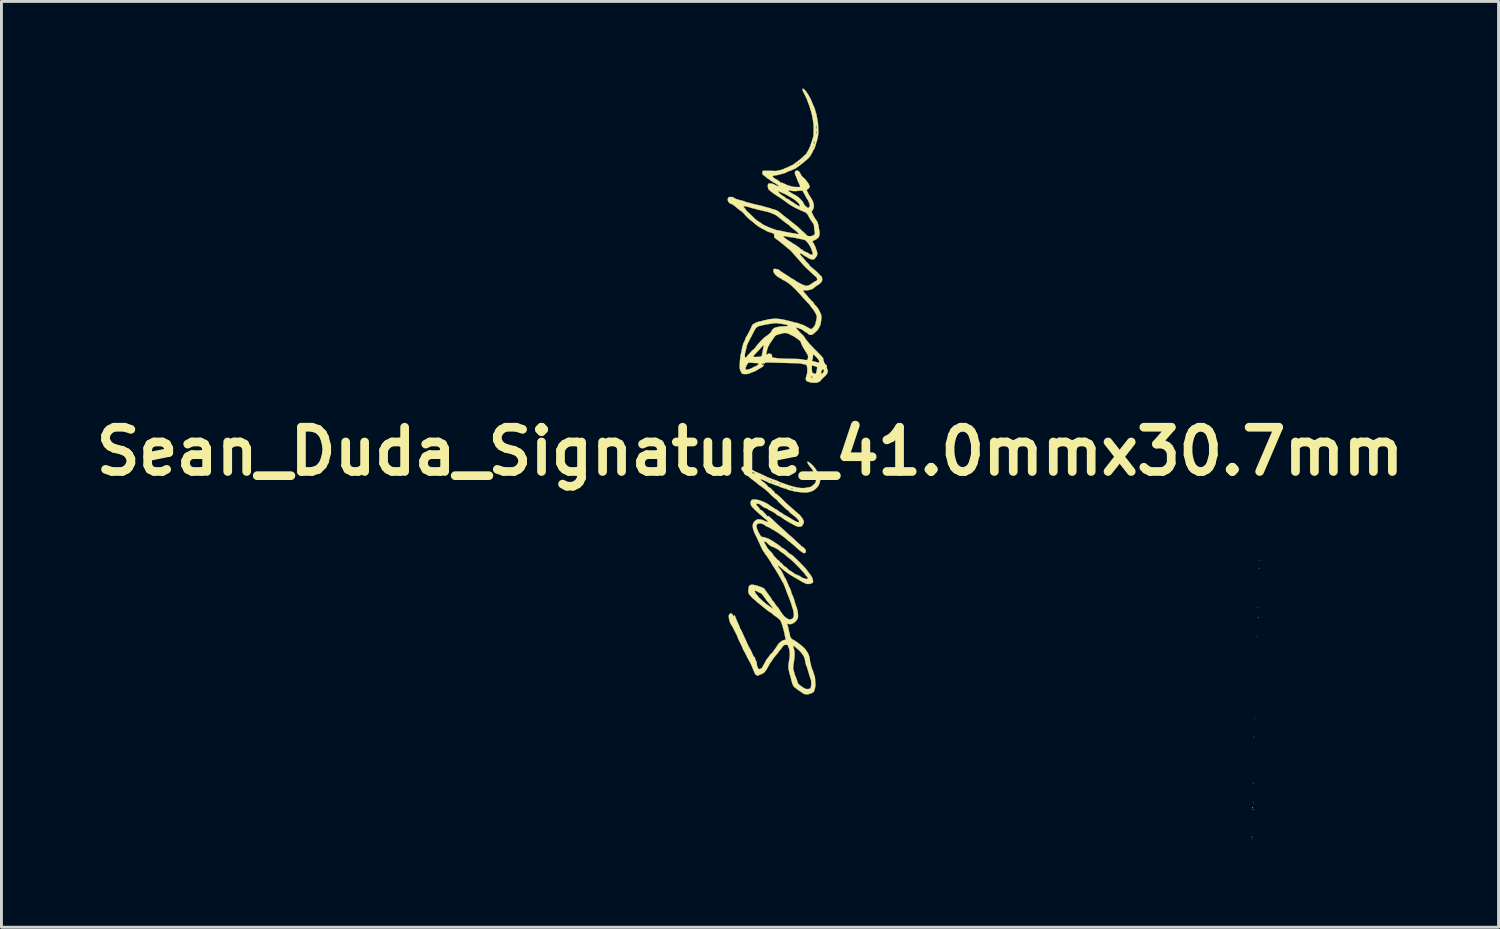
<source format=kicad_pcb>
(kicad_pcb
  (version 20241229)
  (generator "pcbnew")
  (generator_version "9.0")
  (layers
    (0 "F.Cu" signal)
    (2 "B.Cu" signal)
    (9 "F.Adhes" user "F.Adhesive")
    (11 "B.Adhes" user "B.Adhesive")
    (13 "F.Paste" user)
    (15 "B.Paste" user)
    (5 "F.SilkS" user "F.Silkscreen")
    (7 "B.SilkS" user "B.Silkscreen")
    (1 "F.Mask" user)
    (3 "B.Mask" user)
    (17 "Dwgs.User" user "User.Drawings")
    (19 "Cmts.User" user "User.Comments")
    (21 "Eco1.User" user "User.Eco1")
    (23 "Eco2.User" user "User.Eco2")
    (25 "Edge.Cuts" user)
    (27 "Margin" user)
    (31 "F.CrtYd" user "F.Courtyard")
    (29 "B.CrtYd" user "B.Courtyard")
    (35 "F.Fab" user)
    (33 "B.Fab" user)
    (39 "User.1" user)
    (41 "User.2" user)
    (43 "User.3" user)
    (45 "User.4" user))
  (footprint "Sean_Duda_Signature_41.0mmx30.7mm"
    (layer "F.Cu")
    (at 22.795 12.507)
    (property "Reference" "Sean_Duda_Signature_41.0mmx30.7mm" (at 0 0 0) (layer "F.SilkS") (effects (font (size 1.524 1.524) (thickness 0.3))))
    (attr through_hole)
    (fp_poly (pts (xy 17.323 13.386) (xy 17.318 13.391) (xy 17.313 13.386) (xy 17.318 13.381) (xy 17.323 13.386)) (stroke (width 0.01) (type solid)) (fill yes) (layer "F.SilkS"))
    (fp_poly (pts (xy 17.343 11.445) (xy 17.338 11.45) (xy 17.333 11.445) (xy 17.338 11.44) (xy 17.343 11.445)) (stroke (width 0.01) (type solid)) (fill yes) (layer "F.SilkS"))
    (fp_poly (pts (xy 17.343 12.085) (xy 17.338 12.09) (xy 17.333 12.085) (xy 17.338 12.08) (xy 17.343 12.085)) (stroke (width 0.01) (type solid)) (fill yes) (layer "F.SilkS"))
    (fp_poly (pts (xy 17.404 9.2) (xy 17.399 9.205) (xy 17.394 9.2) (xy 17.399 9.195) (xy 17.404 9.2)) (stroke (width 0.01) (type solid)) (fill yes) (layer "F.SilkS"))
    (fp_poly (pts (xy 17.475 6.375) (xy 17.47 6.38) (xy 17.465 6.375) (xy 17.47 6.37) (xy 17.475 6.375)) (stroke (width 0.01) (type solid)) (fill yes) (layer "F.SilkS"))
    (fp_poly (pts (xy 17.485 5.38) (xy 17.48 5.385) (xy 17.475 5.38) (xy 17.48 5.375) (xy 17.485 5.38)) (stroke (width 0.01) (type solid)) (fill yes) (layer "F.SilkS"))
    (fp_poly (pts (xy 17.567 3.764) (xy 17.562 3.769) (xy 17.556 3.764) (xy 17.562 3.759) (xy 17.567 3.764)) (stroke (width 0.01) (type solid)) (fill yes) (layer "F.SilkS"))
    (fp_poly (pts (xy 17.299 13.277) (xy 17.3 13.293) (xy 17.298 13.297) (xy 17.294 13.294) (xy 17.293 13.283) (xy 17.296 13.273) (xy 17.299 13.277)) (stroke (width 0.01) (type solid)) (fill yes) (layer "F.SilkS"))
    (fp_poly (pts (xy 17.37 9.838) (xy 17.371 9.85) (xy 17.37 9.852) (xy 17.364 9.85) (xy 17.363 9.845) (xy 17.367 9.837) (xy 17.37 9.838)) (stroke (width 0.01) (type solid)) (fill yes) (layer "F.SilkS"))
    (fp_poly (pts (xy 17.513 5.718) (xy 17.514 5.734) (xy 17.512 5.738) (xy 17.507 5.735) (xy 17.506 5.724) (xy 17.509 5.713) (xy 17.513 5.718)) (stroke (width 0.01) (type solid)) (fill yes) (layer "F.SilkS"))
    (fp_poly (pts (xy 17.543 4.017) (xy 17.544 4.029) (xy 17.543 4.03) (xy 17.537 4.029) (xy 17.536 4.023) (xy 17.54 4.015) (xy 17.543 4.017)) (stroke (width 0.01) (type solid)) (fill yes) (layer "F.SilkS"))
    (fp_poly (pts (xy 17.319 12.269) (xy 17.318 12.273) (xy 17.309 12.283) (xy 17.307 12.283) (xy 17.303 12.276) (xy 17.302 12.273) (xy 17.31 12.264) (xy 17.313 12.263) (xy 17.319 12.269)) (stroke (width 0.01) (type solid)) (fill yes) (layer "F.SilkS"))
    (fp_poly (pts (xy 17.343 12.342) (xy 17.343 12.344) (xy 17.34 12.354) (xy 17.339 12.355) (xy 17.33 12.347) (xy 17.328 12.344) (xy 17.329 12.335) (xy 17.332 12.334) (xy 17.343 12.342)) (stroke (width 0.01) (type solid)) (fill yes) (layer "F.SilkS"))
    (fp_poly (pts (xy 2.009 0.359) (xy 2.04 0.377) (xy 2.077 0.404) (xy 2.117 0.439) (xy 2.158 0.479) (xy 2.199 0.523) (xy 2.235 0.569) (xy 2.25 0.589) (xy 2.271 0.622) (xy 2.288 0.649) (xy 2.296 0.665) (xy 2.296 0.667) (xy 2.303 0.681) (xy 2.318 0.697) (xy 2.342 0.728) (xy 2.366 0.773) (xy 2.388 0.827) (xy 2.404 0.885) (xy 2.413 0.941) (xy 2.414 0.944) (xy 2.416 0.989) (xy 2.413 1.028) (xy 2.404 1.068) (xy 2.387 1.114) (xy 2.364 1.166) (xy 2.345 1.196) (xy 2.315 1.232) (xy 2.278 1.27) (xy 2.239 1.305) (xy 2.203 1.333) (xy 2.192 1.34) (xy 2.128 1.37) (xy 2.054 1.394) (xy 1.978 1.41) (xy 1.92 1.415) (xy 1.885 1.415) (xy 1.836 1.412) (xy 1.779 1.407) (xy 1.718 1.401) (xy 1.658 1.394) (xy 1.602 1.387) (xy 1.557 1.381) (xy 1.526 1.374) (xy 1.519 1.373) (xy 1.499 1.366) (xy 1.474 1.359) (xy 1.44 1.351) (xy 1.393 1.339) (xy 1.356 1.33) (xy 1.324 1.321) (xy 1.298 1.31) (xy 1.291 1.306) (xy 1.565 1.306) (xy 1.57 1.311) (xy 1.575 1.306) (xy 1.57 1.3) (xy 1.565 1.306) (xy 1.291 1.306) (xy 1.29 1.305) (xy 1.272 1.296) (xy 1.245 1.287) (xy 1.416 1.287) (xy 1.417 1.29) (xy 1.43 1.298) (xy 1.45 1.3) (xy 1.467 1.297) (xy 1.473 1.29) (xy 1.465 1.278) (xy 1.458 1.274) (xy 1.438 1.271) (xy 1.422 1.277) (xy 1.416 1.287) (xy 1.245 1.287) (xy 1.242 1.286) (xy 1.219 1.28) (xy 1.185 1.272) (xy 1.158 1.264) (xy 1.148 1.26) (xy 1.131 1.254) (xy 1.101 1.244) (xy 1.072 1.234) (xy 1.036 1.222) (xy 1.007 1.209) (xy 0.993 1.2) (xy 0.968 1.187) (xy 0.952 1.184) (xy 0.931 1.179) (xy 0.9 1.168) (xy 0.874 1.157) (xy 0.831 1.138) (xy 0.799 1.127) (xy 1.006 1.127) (xy 1.014 1.137) (xy 1.032 1.141) (xy 1.049 1.138) (xy 1.051 1.136) (xy 1.054 1.123) (xy 1.049 1.116) (xy 1.033 1.11) (xy 1.015 1.114) (xy 1.006 1.126) (xy 1.006 1.127) (xy 0.799 1.127) (xy 0.782 1.12) (xy 0.757 1.112) (xy 0.713 1.098) (xy 0.668 1.081) (xy 0.645 1.071) (xy 0.628 1.063) (xy 0.838 1.063) (xy 0.845 1.075) (xy 0.853 1.077) (xy 0.867 1.07) (xy 0.868 1.068) (xy 0.868 1.055) (xy 0.855 1.049) (xy 0.843 1.052) (xy 0.838 1.063) (xy 0.628 1.063) (xy 0.57 1.038) (xy 0.51 1.01) (xy 0.711 1.01) (xy 0.711 1.01) (xy 0.719 1.026) (xy 0.739 1.031) (xy 0.75 1.029) (xy 0.757 1.021) (xy 0.751 1.01) (xy 0.734 0.998) (xy 0.718 0.998) (xy 0.711 1.01) (xy 0.51 1.01) (xy 0.508 1.009) (xy 0.468 0.991) (xy 0.633 0.991) (xy 0.642 1.003) (xy 0.651 1.006) (xy 0.66 0.998) (xy 0.66 0.996) (xy 0.654 0.983) (xy 0.64 0.977) (xy 0.633 0.979) (xy 0.633 0.991) (xy 0.468 0.991) (xy 0.46 0.987) (xy 0.427 0.972) (xy 0.414 0.965) (xy 0.397 0.958) (xy 0.583 0.958) (xy 0.584 0.964) (xy 0.589 0.965) (xy 0.598 0.961) (xy 0.596 0.958) (xy 0.584 0.957) (xy 0.583 0.958) (xy 0.397 0.958) (xy 0.39 0.956) (xy 0.372 0.957) (xy 0.366 0.966) (xy 0.373 0.978) (xy 0.39 0.997) (xy 0.412 1.019) (xy 0.433 1.037) (xy 0.447 1.046) (xy 0.449 1.046) (xy 0.463 1.053) (xy 0.487 1.071) (xy 0.516 1.097) (xy 0.547 1.125) (xy 0.576 1.154) (xy 0.597 1.179) (xy 0.605 1.189) (xy 0.623 1.213) (xy 0.639 1.228) (xy 0.644 1.229) (xy 0.66 1.236) (xy 0.685 1.252) (xy 0.713 1.273) (xy 0.738 1.296) (xy 0.756 1.316) (xy 0.762 1.327) (xy 0.771 1.341) (xy 0.791 1.352) (xy 0.792 1.353) (xy 0.816 1.367) (xy 0.829 1.385) (xy 0.845 1.418) (xy 0.867 1.446) (xy 0.891 1.461) (xy 0.901 1.463) (xy 0.925 1.472) (xy 0.941 1.489) (xy 0.963 1.513) (xy 0.987 1.53) (xy 1.005 1.543) (xy 1.033 1.567) (xy 1.068 1.6) (xy 1.108 1.639) (xy 1.128 1.659) (xy 1.167 1.7) (xy 1.203 1.736) (xy 1.231 1.765) (xy 1.25 1.783) (xy 1.255 1.788) (xy 1.333 1.857) (xy 1.407 1.922) (xy 1.474 1.981) (xy 1.534 2.033) (xy 1.583 2.076) (xy 1.622 2.109) (xy 1.647 2.13) (xy 1.651 2.134) (xy 1.704 2.181) (xy 1.753 2.235) (xy 1.796 2.292) (xy 1.829 2.347) (xy 1.849 2.395) (xy 1.849 2.396) (xy 1.855 2.424) (xy 1.854 2.447) (xy 1.845 2.473) (xy 1.836 2.493) (xy 1.809 2.541) (xy 1.782 2.572) (xy 1.75 2.589) (xy 1.709 2.595) (xy 1.697 2.595) (xy 1.669 2.593) (xy 1.641 2.588) (xy 1.61 2.578) (xy 1.572 2.561) (xy 1.525 2.537) (xy 1.464 2.504) (xy 1.453 2.498) (xy 1.409 2.474) (xy 1.363 2.449) (xy 1.325 2.428) (xy 1.321 2.426) (xy 1.289 2.408) (xy 1.262 2.391) (xy 1.249 2.382) (xy 1.233 2.37) (xy 1.225 2.367) (xy 1.213 2.361) (xy 1.188 2.346) (xy 1.154 2.322) (xy 1.114 2.293) (xy 1.071 2.261) (xy 1.06 2.253) (xy 1.027 2.233) (xy 0.993 2.217) (xy 0.985 2.215) (xy 0.957 2.204) (xy 0.936 2.19) (xy 0.933 2.188) (xy 0.913 2.168) (xy 0.882 2.143) (xy 0.844 2.117) (xy 0.805 2.091) (xy 0.769 2.07) (xy 0.741 2.056) (xy 0.727 2.052) (xy 0.71 2.045) (xy 0.701 2.037) (xy 0.682 2.024) (xy 0.671 2.022) (xy 0.65 2.015) (xy 0.639 2.006) (xy 0.621 1.991) (xy 0.592 1.973) (xy 0.558 1.956) (xy 0.529 1.944) (xy 0.512 1.941) (xy 0.497 1.935) (xy 0.47 1.919) (xy 0.437 1.896) (xy 0.417 1.881) (xy 0.374 1.848) (xy 0.342 1.825) (xy 0.317 1.811) (xy 0.296 1.804) (xy 0.274 1.801) (xy 0.256 1.801) (xy 0.229 1.802) (xy 0.217 1.807) (xy 0.216 1.819) (xy 0.218 1.828) (xy 0.228 1.848) (xy 0.249 1.876) (xy 0.277 1.905) (xy 0.278 1.907) (xy 0.312 1.944) (xy 0.329 1.971) (xy 0.331 1.982) (xy 0.335 2) (xy 0.353 2.01) (xy 0.362 2.012) (xy 0.406 2.03) (xy 0.449 2.066) (xy 0.472 2.094) (xy 0.494 2.12) (xy 0.517 2.14) (xy 0.523 2.144) (xy 0.541 2.16) (xy 0.559 2.187) (xy 0.563 2.195) (xy 0.58 2.224) (xy 0.597 2.235) (xy 0.612 2.228) (xy 0.615 2.225) (xy 0.623 2.222) (xy 0.64 2.229) (xy 0.665 2.247) (xy 0.701 2.278) (xy 0.749 2.322) (xy 0.786 2.356) (xy 0.854 2.422) (xy 0.914 2.478) (xy 0.969 2.53) (xy 1.026 2.581) (xy 1.089 2.638) (xy 1.138 2.682) (xy 1.182 2.722) (xy 1.222 2.758) (xy 1.255 2.788) (xy 1.277 2.81) (xy 1.285 2.818) (xy 1.302 2.834) (xy 1.33 2.859) (xy 1.364 2.887) (xy 1.377 2.897) (xy 1.411 2.926) (xy 1.454 2.964) (xy 1.502 3.008) (xy 1.549 3.052) (xy 1.559 3.062) (xy 1.597 3.099) (xy 1.631 3.131) (xy 1.657 3.155) (xy 1.673 3.168) (xy 1.676 3.17) (xy 1.686 3.177) (xy 1.705 3.194) (xy 1.728 3.217) (xy 1.758 3.246) (xy 1.79 3.273) (xy 1.808 3.287) (xy 1.855 3.32) (xy 1.886 3.348) (xy 1.906 3.374) (xy 1.917 3.402) (xy 1.92 3.419) (xy 1.923 3.451) (xy 1.92 3.471) (xy 1.909 3.486) (xy 1.884 3.501) (xy 1.864 3.505) (xy 1.845 3.499) (xy 1.813 3.482) (xy 1.774 3.456) (xy 1.731 3.425) (xy 1.688 3.391) (xy 1.648 3.357) (xy 1.641 3.35) (xy 1.609 3.32) (xy 1.57 3.286) (xy 1.528 3.248) (xy 1.484 3.21) (xy 1.442 3.174) (xy 1.405 3.143) (xy 1.375 3.118) (xy 1.355 3.103) (xy 1.348 3.099) (xy 1.337 3.092) (xy 1.315 3.075) (xy 1.289 3.051) (xy 1.287 3.049) (xy 1.251 3.016) (xy 1.208 2.981) (xy 1.168 2.95) (xy 1.132 2.923) (xy 1.098 2.898) (xy 1.074 2.88) (xy 1.071 2.878) (xy 1.033 2.85) (xy 0.985 2.817) (xy 0.933 2.782) (xy 0.881 2.749) (xy 0.835 2.721) (xy 0.799 2.7) (xy 0.792 2.697) (xy 0.76 2.68) (xy 0.733 2.664) (xy 0.721 2.656) (xy 0.698 2.64) (xy 0.667 2.623) (xy 0.634 2.607) (xy 0.605 2.595) (xy 0.589 2.591) (xy 0.573 2.585) (xy 0.547 2.569) (xy 0.517 2.546) (xy 0.462 2.51) (xy 0.405 2.487) (xy 0.349 2.478) (xy 0.297 2.482) (xy 0.253 2.501) (xy 0.238 2.514) (xy 0.223 2.543) (xy 0.222 2.586) (xy 0.235 2.643) (xy 0.262 2.715) (xy 0.293 2.784) (xy 0.328 2.849) (xy 0.358 2.897) (xy 0.386 2.928) (xy 0.411 2.944) (xy 0.427 2.946) (xy 0.463 2.95) (xy 0.508 2.962) (xy 0.559 2.978) (xy 0.611 2.998) (xy 0.66 3.019) (xy 0.7 3.04) (xy 0.728 3.059) (xy 0.737 3.069) (xy 0.751 3.078) (xy 0.758 3.078) (xy 0.777 3.084) (xy 0.8 3.099) (xy 0.801 3.099) (xy 0.821 3.114) (xy 0.853 3.136) (xy 0.892 3.162) (xy 0.914 3.176) (xy 0.957 3.205) (xy 1 3.237) (xy 1.036 3.266) (xy 1.047 3.276) (xy 1.076 3.3) (xy 1.103 3.32) (xy 1.118 3.328) (xy 1.144 3.34) (xy 1.18 3.364) (xy 1.221 3.396) (xy 1.264 3.433) (xy 1.304 3.47) (xy 1.307 3.474) (xy 1.341 3.504) (xy 1.379 3.531) (xy 1.407 3.546) (xy 1.425 3.555) (xy 1.447 3.571) (xy 1.475 3.593) (xy 1.511 3.625) (xy 1.555 3.667) (xy 1.61 3.72) (xy 1.678 3.786) (xy 1.684 3.793) (xy 1.741 3.85) (xy 1.796 3.906) (xy 1.844 3.956) (xy 1.885 4) (xy 1.917 4.035) (xy 1.936 4.058) (xy 1.941 4.064) (xy 1.962 4.094) (xy 1.982 4.121) (xy 1.99 4.13) (xy 2.009 4.154) (xy 2.028 4.181) (xy 2.046 4.208) (xy 2.071 4.239) (xy 2.078 4.248) (xy 2.117 4.302) (xy 2.148 4.366) (xy 2.167 4.43) (xy 2.17 4.45) (xy 2.172 4.486) (xy 2.166 4.511) (xy 2.149 4.529) (xy 2.117 4.545) (xy 2.083 4.556) (xy 2.021 4.568) (xy 1.96 4.565) (xy 1.906 4.548) (xy 1.887 4.537) (xy 1.858 4.52) (xy 1.831 4.509) (xy 1.827 4.508) (xy 1.805 4.499) (xy 1.774 4.481) (xy 1.746 4.463) (xy 1.708 4.438) (xy 1.662 4.411) (xy 1.624 4.39) (xy 1.579 4.365) (xy 1.526 4.334) (xy 1.47 4.301) (xy 1.415 4.268) (xy 1.364 4.236) (xy 1.321 4.208) (xy 1.289 4.186) (xy 1.276 4.176) (xy 1.245 4.152) (xy 1.214 4.13) (xy 1.212 4.129) (xy 1.191 4.114) (xy 1.16 4.089) (xy 1.123 4.057) (xy 1.084 4.021) (xy 1.083 4.02) (xy 1.046 3.987) (xy 1.014 3.959) (xy 0.99 3.94) (xy 0.977 3.932) (xy 0.976 3.932) (xy 0.965 3.939) (xy 0.968 3.957) (xy 0.983 3.985) (xy 1.009 4.018) (xy 1.074 4.104) (xy 1.13 4.202) (xy 1.147 4.24) (xy 1.162 4.273) (xy 1.173 4.299) (xy 1.178 4.313) (xy 1.179 4.313) (xy 1.184 4.324) (xy 1.198 4.345) (xy 1.213 4.368) (xy 1.234 4.403) (xy 1.257 4.448) (xy 1.275 4.493) (xy 1.276 4.495) (xy 1.29 4.532) (xy 1.302 4.561) (xy 1.311 4.577) (xy 1.312 4.578) (xy 1.319 4.591) (xy 1.321 4.604) (xy 1.326 4.624) (xy 1.34 4.652) (xy 1.35 4.667) (xy 1.38 4.722) (xy 1.406 4.789) (xy 1.422 4.85) (xy 1.432 4.885) (xy 1.445 4.919) (xy 1.446 4.921) (xy 1.464 4.959) (xy 1.482 5) (xy 1.498 5.037) (xy 1.509 5.067) (xy 1.514 5.083) (xy 1.514 5.084) (xy 1.517 5.098) (xy 1.525 5.127) (xy 1.536 5.166) (xy 1.55 5.21) (xy 1.564 5.255) (xy 1.577 5.295) (xy 1.588 5.327) (xy 1.595 5.345) (xy 1.596 5.346) (xy 1.609 5.38) (xy 1.622 5.428) (xy 1.635 5.484) (xy 1.645 5.544) (xy 1.652 5.6) (xy 1.653 5.618) (xy 1.655 5.667) (xy 1.654 5.701) (xy 1.649 5.727) (xy 1.641 5.753) (xy 1.635 5.765) (xy 1.6 5.823) (xy 1.55 5.876) (xy 1.493 5.916) (xy 1.46 5.932) (xy 1.414 5.947) (xy 1.378 5.953) (xy 1.346 5.95) (xy 1.322 5.942) (xy 1.295 5.936) (xy 1.283 5.941) (xy 1.285 5.96) (xy 1.29 5.976) (xy 1.297 5.995) (xy 1.303 6.017) (xy 1.31 6.045) (xy 1.319 6.085) (xy 1.33 6.139) (xy 1.331 6.147) (xy 1.341 6.189) (xy 1.352 6.233) (xy 1.357 6.25) (xy 1.366 6.284) (xy 1.371 6.314) (xy 1.372 6.323) (xy 1.378 6.357) (xy 1.393 6.396) (xy 1.415 6.433) (xy 1.439 6.461) (xy 1.457 6.473) (xy 1.496 6.492) (xy 1.544 6.521) (xy 1.599 6.558) (xy 1.657 6.599) (xy 1.715 6.643) (xy 1.771 6.688) (xy 1.821 6.73) (xy 1.863 6.769) (xy 1.893 6.8) (xy 1.905 6.818) (xy 1.92 6.841) (xy 1.942 6.871) (xy 1.954 6.886) (xy 1.986 6.934) (xy 2.016 6.994) (xy 2.04 7.059) (xy 2.056 7.12) (xy 2.059 7.147) (xy 2.063 7.193) (xy 2.07 7.238) (xy 2.078 7.278) (xy 2.087 7.307) (xy 2.094 7.321) (xy 2.095 7.321) (xy 2.099 7.334) (xy 2.097 7.351) (xy 2.099 7.382) (xy 2.112 7.41) (xy 2.127 7.443) (xy 2.134 7.478) (xy 2.134 7.481) (xy 2.137 7.508) (xy 2.147 7.518) (xy 2.149 7.518) (xy 2.161 7.527) (xy 2.164 7.541) (xy 2.167 7.56) (xy 2.177 7.593) (xy 2.19 7.634) (xy 2.201 7.666) (xy 2.217 7.712) (xy 2.23 7.755) (xy 2.238 7.789) (xy 2.24 7.803) (xy 2.241 7.827) (xy 2.244 7.866) (xy 2.247 7.914) (xy 2.25 7.957) (xy 2.253 8.011) (xy 2.254 8.053) (xy 2.251 8.088) (xy 2.245 8.123) (xy 2.235 8.165) (xy 2.218 8.228) (xy 2.201 8.271) (xy 2.186 8.295) (xy 2.173 8.301) (xy 2.158 8.307) (xy 2.137 8.321) (xy 2.136 8.321) (xy 2.109 8.336) (xy 2.084 8.342) (xy 2.055 8.348) (xy 2.038 8.357) (xy 2.013 8.366) (xy 1.975 8.37) (xy 1.931 8.369) (xy 1.886 8.362) (xy 1.878 8.36) (xy 1.847 8.347) (xy 1.813 8.326) (xy 1.802 8.317) (xy 1.772 8.295) (xy 1.734 8.268) (xy 1.7 8.247) (xy 1.663 8.223) (xy 1.629 8.199) (xy 1.607 8.181) (xy 1.577 8.156) (xy 1.545 8.134) (xy 1.543 8.133) (xy 1.509 8.102) (xy 1.479 8.051) (xy 1.452 7.981) (xy 1.432 7.906) (xy 1.419 7.85) (xy 1.402 7.786) (xy 1.386 7.729) (xy 1.382 7.717) (xy 1.352 7.609) (xy 1.332 7.515) (xy 1.326 7.46) (xy 1.486 7.46) (xy 1.488 7.486) (xy 1.492 7.51) (xy 1.499 7.535) (xy 1.507 7.561) (xy 1.519 7.602) (xy 1.529 7.636) (xy 1.534 7.659) (xy 1.534 7.664) (xy 1.539 7.688) (xy 1.544 7.699) (xy 1.557 7.726) (xy 1.575 7.768) (xy 1.594 7.82) (xy 1.615 7.877) (xy 1.631 7.925) (xy 1.645 7.967) (xy 1.657 7.996) (xy 1.672 8.017) (xy 1.693 8.036) (xy 1.721 8.058) (xy 1.769 8.093) (xy 1.816 8.125) (xy 1.859 8.152) (xy 1.894 8.172) (xy 1.916 8.182) (xy 1.916 8.182) (xy 1.954 8.187) (xy 1.996 8.187) (xy 2.036 8.182) (xy 2.061 8.174) (xy 2.077 8.163) (xy 2.088 8.147) (xy 2.096 8.12) (xy 2.102 8.091) (xy 2.108 8.048) (xy 2.11 8) (xy 2.11 7.951) (xy 2.107 7.906) (xy 2.102 7.871) (xy 2.094 7.85) (xy 2.094 7.85) (xy 2.089 7.843) (xy 2.084 7.831) (xy 2.077 7.812) (xy 2.068 7.783) (xy 2.055 7.742) (xy 2.038 7.685) (xy 2.025 7.64) (xy 2.015 7.605) (xy 2.005 7.574) (xy 2 7.561) (xy 1.992 7.536) (xy 1.984 7.503) (xy 1.981 7.49) (xy 1.97 7.452) (xy 1.954 7.409) (xy 1.945 7.39) (xy 1.929 7.349) (xy 1.916 7.301) (xy 1.91 7.273) (xy 1.896 7.193) (xy 1.881 7.131) (xy 1.865 7.084) (xy 1.847 7.048) (xy 1.846 7.046) (xy 1.811 6.996) (xy 1.773 6.945) (xy 1.736 6.9) (xy 1.702 6.864) (xy 1.677 6.84) (xy 1.62 6.794) (xy 1.555 6.736) (xy 1.542 6.723) (xy 1.514 6.701) (xy 1.497 6.696) (xy 1.491 6.707) (xy 1.494 6.728) (xy 1.51 6.792) (xy 1.521 6.84) (xy 1.529 6.874) (xy 1.533 6.9) (xy 1.535 6.919) (xy 1.535 6.921) (xy 1.536 7.035) (xy 1.528 7.142) (xy 1.52 7.198) (xy 1.507 7.279) (xy 1.497 7.342) (xy 1.491 7.391) (xy 1.487 7.43) (xy 1.486 7.46) (xy 1.326 7.46) (xy 1.322 7.432) (xy 1.323 7.357) (xy 1.332 7.285) (xy 1.335 7.273) (xy 1.354 7.17) (xy 1.366 7.07) (xy 1.37 6.977) (xy 1.366 6.893) (xy 1.354 6.822) (xy 1.337 6.772) (xy 1.324 6.742) (xy 1.316 6.716) (xy 1.308 6.688) (xy 1.296 6.672) (xy 1.275 6.664) (xy 1.241 6.663) (xy 1.217 6.663) (xy 1.193 6.668) (xy 1.169 6.681) (xy 1.143 6.704) (xy 1.112 6.741) (xy 1.076 6.79) (xy 1.051 6.823) (xy 1.026 6.853) (xy 1.012 6.87) (xy 0.995 6.889) (xy 0.986 6.902) (xy 0.986 6.904) (xy 0.98 6.915) (xy 0.965 6.936) (xy 0.959 6.943) (xy 0.936 6.971) (xy 0.909 7.004) (xy 0.901 7.014) (xy 0.874 7.046) (xy 0.844 7.082) (xy 0.832 7.095) (xy 0.807 7.127) (xy 0.785 7.159) (xy 0.777 7.173) (xy 0.759 7.203) (xy 0.735 7.236) (xy 0.724 7.249) (xy 0.706 7.274) (xy 0.682 7.311) (xy 0.655 7.358) (xy 0.628 7.408) (xy 0.624 7.415) (xy 0.594 7.47) (xy 0.563 7.521) (xy 0.533 7.565) (xy 0.506 7.6) (xy 0.484 7.623) (xy 0.47 7.63) (xy 0.458 7.636) (xy 0.443 7.648) (xy 0.42 7.662) (xy 0.388 7.675) (xy 0.372 7.679) (xy 0.34 7.69) (xy 0.316 7.702) (xy 0.31 7.708) (xy 0.287 7.724) (xy 0.257 7.724) (xy 0.223 7.71) (xy 0.198 7.691) (xy 0.177 7.668) (xy 0.164 7.649) (xy 0.163 7.643) (xy 0.158 7.627) (xy 0.147 7.6) (xy 0.137 7.58) (xy 0.12 7.542) (xy 0.102 7.497) (xy 0.09 7.466) (xy 0.077 7.43) (xy 0.064 7.398) (xy 0.055 7.381) (xy 0.042 7.354) (xy 0.036 7.338) (xy 0.027 7.318) (xy 0.011 7.287) (xy -0.009 7.252) (xy -0.011 7.249) (xy -0.029 7.217) (xy -0.054 7.171) (xy -0.083 7.117) (xy -0.112 7.06) (xy -0.128 7.028) (xy -0.154 6.976) (xy -0.178 6.929) (xy -0.198 6.892) (xy -0.212 6.867) (xy -0.218 6.858) (xy -0.228 6.841) (xy -0.242 6.811) (xy -0.253 6.782) (xy -0.266 6.751) (xy -0.286 6.708) (xy -0.31 6.655) (xy -0.337 6.599) (xy -0.352 6.571) (xy -0.377 6.519) (xy -0.398 6.473) (xy -0.415 6.435) (xy -0.425 6.41) (xy -0.427 6.401) (xy -0.431 6.385) (xy -0.444 6.355) (xy -0.462 6.316) (xy -0.485 6.272) (xy -0.511 6.22) (xy -0.539 6.167) (xy -0.563 6.119) (xy -0.577 6.091) (xy -0.598 6.051) (xy -0.62 6.013) (xy -0.639 5.985) (xy -0.639 5.984) (xy -0.675 5.925) (xy -0.704 5.852) (xy -0.721 5.78) (xy -0.729 5.72) (xy -0.731 5.675) (xy -0.727 5.641) (xy -0.716 5.617) (xy -0.707 5.605) (xy -0.676 5.583) (xy -0.646 5.58) (xy -0.617 5.596) (xy -0.593 5.629) (xy -0.584 5.651) (xy -0.572 5.674) (xy -0.56 5.679) (xy -0.55 5.665) (xy -0.548 5.658) (xy -0.543 5.635) (xy -0.526 5.661) (xy -0.515 5.682) (xy -0.499 5.717) (xy -0.483 5.757) (xy -0.477 5.772) (xy -0.457 5.822) (xy -0.432 5.879) (xy -0.408 5.935) (xy -0.4 5.951) (xy -0.381 5.992) (xy -0.366 6.028) (xy -0.357 6.054) (xy -0.356 6.063) (xy -0.35 6.083) (xy -0.335 6.109) (xy -0.331 6.116) (xy -0.316 6.139) (xy -0.297 6.176) (xy -0.276 6.22) (xy -0.263 6.247) (xy -0.239 6.302) (xy -0.211 6.363) (xy -0.185 6.42) (xy -0.177 6.436) (xy -0.152 6.49) (xy -0.124 6.551) (xy -0.099 6.609) (xy -0.092 6.623) (xy -0.071 6.67) (xy -0.047 6.718) (xy -0.026 6.757) (xy -0.018 6.77) (xy -0.002 6.796) (xy 0.012 6.82) (xy 0.026 6.847) (xy 0.041 6.88) (xy 0.061 6.923) (xy 0.086 6.981) (xy 0.087 6.983) (xy 0.109 7.032) (xy 0.127 7.063) (xy 0.143 7.079) (xy 0.149 7.082) (xy 0.167 7.096) (xy 0.173 7.121) (xy 0.178 7.162) (xy 0.192 7.198) (xy 0.21 7.221) (xy 0.221 7.236) (xy 0.227 7.266) (xy 0.231 7.307) (xy 0.237 7.356) (xy 0.248 7.402) (xy 0.263 7.443) (xy 0.281 7.476) (xy 0.299 7.498) (xy 0.317 7.505) (xy 0.328 7.5) (xy 0.347 7.49) (xy 0.362 7.488) (xy 0.382 7.48) (xy 0.406 7.461) (xy 0.426 7.438) (xy 0.437 7.416) (xy 0.437 7.412) (xy 0.442 7.397) (xy 0.457 7.373) (xy 0.466 7.36) (xy 0.485 7.329) (xy 0.507 7.288) (xy 0.523 7.254) (xy 0.541 7.217) (xy 0.561 7.183) (xy 0.575 7.163) (xy 0.594 7.141) (xy 0.618 7.11) (xy 0.637 7.085) (xy 0.664 7.049) (xy 0.691 7.012) (xy 0.706 6.991) (xy 0.727 6.967) (xy 0.747 6.952) (xy 0.755 6.95) (xy 0.771 6.941) (xy 0.783 6.923) (xy 0.797 6.895) (xy 0.813 6.87) (xy 0.833 6.844) (xy 0.849 6.822) (xy 0.869 6.795) (xy 0.893 6.761) (xy 0.917 6.725) (xy 0.939 6.692) (xy 0.955 6.667) (xy 0.962 6.655) (xy 0.975 6.637) (xy 0.999 6.611) (xy 1.03 6.582) (xy 1.063 6.555) (xy 1.093 6.532) (xy 1.107 6.524) (xy 1.142 6.509) (xy 1.176 6.498) (xy 1.179 6.497) (xy 1.213 6.488) (xy 1.23 6.476) (xy 1.231 6.456) (xy 1.223 6.433) (xy 1.214 6.406) (xy 1.205 6.365) (xy 1.196 6.32) (xy 1.194 6.304) (xy 1.185 6.259) (xy 1.171 6.199) (xy 1.153 6.131) (xy 1.132 6.058) (xy 1.11 5.985) (xy 1.088 5.919) (xy 1.069 5.866) (xy 1.055 5.838) (xy 1.034 5.81) (xy 1.004 5.779) (xy 0.969 5.748) (xy 0.93 5.717) (xy 0.892 5.688) (xy 0.861 5.667) (xy 0.848 5.659) (xy 0.816 5.639) (xy 0.789 5.615) (xy 0.784 5.608) (xy 0.761 5.585) (xy 0.73 5.562) (xy 0.713 5.552) (xy 0.676 5.53) (xy 0.636 5.503) (xy 0.62 5.491) (xy 0.562 5.446) (xy 0.517 5.41) (xy 0.48 5.381) (xy 0.448 5.355) (xy 0.418 5.33) (xy 0.398 5.313) (xy 0.36 5.283) (xy 0.324 5.253) (xy 0.294 5.231) (xy 0.29 5.227) (xy 0.26 5.204) (xy 0.225 5.173) (xy 0.198 5.147) (xy 0.168 5.119) (xy 0.14 5.095) (xy 0.121 5.081) (xy 0.101 5.065) (xy 0.074 5.039) (xy 0.046 5.009) (xy 0.046 5.009) (xy 0.019 4.979) (xy -0.005 4.952) (xy -0.021 4.936) (xy -0.021 4.936) (xy -0.044 4.9) (xy -0.057 4.849) (xy -0.058 4.808) (xy 0.163 4.808) (xy 0.167 4.831) (xy 0.178 4.861) (xy 0.193 4.889) (xy 0.206 4.908) (xy 0.209 4.91) (xy 0.222 4.922) (xy 0.241 4.946) (xy 0.263 4.977) (xy 0.264 4.978) (xy 0.289 5.012) (xy 0.313 5.04) (xy 0.331 5.057) (xy 0.352 5.074) (xy 0.38 5.1) (xy 0.399 5.119) (xy 0.438 5.156) (xy 0.492 5.201) (xy 0.556 5.252) (xy 0.628 5.305) (xy 0.704 5.359) (xy 0.761 5.397) (xy 0.785 5.412) (xy 0.798 5.414) (xy 0.796 5.405) (xy 0.791 5.397) (xy 0.762 5.361) (xy 0.727 5.318) (xy 0.691 5.274) (xy 0.655 5.231) (xy 0.624 5.195) (xy 0.601 5.167) (xy 0.591 5.156) (xy 0.568 5.131) (xy 0.551 5.106) (xy 0.549 5.102) (xy 0.538 5.084) (xy 0.518 5.055) (xy 0.491 5.018) (xy 0.466 4.984) (xy 0.433 4.941) (xy 0.408 4.912) (xy 0.388 4.894) (xy 0.368 4.882) (xy 0.353 4.876) (xy 0.317 4.862) (xy 0.278 4.842) (xy 0.264 4.834) (xy 0.223 4.812) (xy 0.191 4.8) (xy 0.17 4.799) (xy 0.163 4.808) (xy -0.058 4.808) (xy -0.059 4.782) (xy -0.057 4.762) (xy -0.049 4.695) (xy -0.035 4.647) (xy -0.012 4.614) (xy 0.021 4.597) (xy 0.067 4.592) (xy 0.127 4.597) (xy 0.131 4.598) (xy 0.195 4.612) (xy 0.267 4.632) (xy 0.34 4.657) (xy 0.391 4.678) (xy 0.422 4.691) (xy 0.456 4.706) (xy 0.46 4.708) (xy 0.489 4.726) (xy 0.507 4.748) (xy 0.508 4.749) (xy 0.519 4.77) (xy 0.539 4.8) (xy 0.561 4.83) (xy 0.592 4.87) (xy 0.625 4.915) (xy 0.645 4.942) (xy 0.672 4.98) (xy 0.701 5.019) (xy 0.719 5.044) (xy 0.737 5.072) (xy 0.749 5.095) (xy 0.752 5.104) (xy 0.759 5.118) (xy 0.776 5.141) (xy 0.801 5.168) (xy 0.803 5.169) (xy 0.828 5.197) (xy 0.846 5.22) (xy 0.853 5.235) (xy 0.853 5.235) (xy 0.86 5.252) (xy 0.874 5.268) (xy 0.889 5.285) (xy 0.894 5.296) (xy 0.901 5.307) (xy 0.918 5.328) (xy 0.943 5.354) (xy 0.944 5.355) (xy 0.971 5.386) (xy 0.995 5.417) (xy 1.007 5.438) (xy 1.021 5.466) (xy 1.046 5.505) (xy 1.078 5.55) (xy 1.113 5.599) (xy 1.15 5.646) (xy 1.168 5.667) (xy 1.198 5.697) (xy 1.237 5.728) (xy 1.28 5.755) (xy 1.322 5.777) (xy 1.357 5.789) (xy 1.37 5.791) (xy 1.393 5.787) (xy 1.423 5.778) (xy 1.432 5.775) (xy 1.462 5.759) (xy 1.483 5.733) (xy 1.493 5.713) (xy 1.503 5.69) (xy 1.509 5.669) (xy 1.511 5.645) (xy 1.509 5.611) (xy 1.505 5.569) (xy 1.496 5.505) (xy 1.482 5.445) (xy 1.47 5.408) (xy 1.455 5.369) (xy 1.444 5.333) (xy 1.438 5.311) (xy 1.428 5.272) (xy 1.411 5.219) (xy 1.388 5.155) (xy 1.362 5.084) (xy 1.333 5.011) (xy 1.315 4.968) (xy 1.293 4.915) (xy 1.273 4.862) (xy 1.256 4.816) (xy 1.244 4.782) (xy 1.244 4.78) (xy 1.232 4.744) (xy 1.22 4.714) (xy 1.213 4.699) (xy 1.202 4.675) (xy 1.199 4.659) (xy 1.193 4.636) (xy 1.18 4.61) (xy 1.179 4.608) (xy 1.165 4.583) (xy 1.158 4.563) (xy 1.158 4.561) (xy 1.152 4.545) (xy 1.137 4.519) (xy 1.118 4.491) (xy 1.097 4.46) (xy 1.082 4.434) (xy 1.077 4.419) (xy 1.072 4.401) (xy 1.057 4.374) (xy 1.041 4.348) (xy 1.023 4.32) (xy 1.01 4.298) (xy 1.006 4.289) (xy 1.001 4.277) (xy 0.987 4.254) (xy 0.971 4.228) (xy 0.945 4.188) (xy 0.918 4.142) (xy 0.904 4.118) (xy 0.884 4.084) (xy 0.857 4.04) (xy 0.827 3.995) (xy 0.812 3.973) (xy 0.787 3.936) (xy 0.767 3.905) (xy 0.755 3.884) (xy 0.752 3.878) (xy 0.746 3.866) (xy 0.732 3.84) (xy 0.71 3.804) (xy 0.683 3.762) (xy 0.653 3.716) (xy 0.623 3.671) (xy 0.595 3.628) (xy 0.57 3.593) (xy 0.551 3.568) (xy 0.545 3.56) (xy 0.524 3.535) (xy 0.511 3.516) (xy 0.508 3.509) (xy 0.502 3.496) (xy 0.487 3.475) (xy 0.479 3.464) (xy 0.457 3.432) (xy 0.429 3.385) (xy 0.4 3.328) (xy 0.37 3.265) (xy 0.342 3.201) (xy 0.34 3.195) (xy 0.323 3.156) (xy 0.308 3.126) (xy 0.489 3.126) (xy 0.498 3.149) (xy 0.501 3.155) (xy 0.512 3.173) (xy 0.529 3.203) (xy 0.55 3.241) (xy 0.558 3.256) (xy 0.581 3.297) (xy 0.604 3.332) (xy 0.63 3.366) (xy 0.664 3.404) (xy 0.707 3.448) (xy 0.728 3.469) (xy 0.757 3.5) (xy 0.782 3.532) (xy 0.796 3.556) (xy 0.81 3.581) (xy 0.835 3.613) (xy 0.864 3.644) (xy 0.865 3.644) (xy 0.894 3.674) (xy 0.92 3.702) (xy 0.937 3.722) (xy 0.937 3.722) (xy 0.957 3.742) (xy 0.977 3.751) (xy 1 3.764) (xy 1.025 3.796) (xy 1.042 3.828) (xy 1.057 3.839) (xy 1.067 3.84) (xy 1.086 3.848) (xy 1.104 3.867) (xy 1.145 3.92) (xy 1.18 3.953) (xy 1.207 3.967) (xy 1.228 3.978) (xy 1.258 4.002) (xy 1.291 4.035) (xy 1.294 4.039) (xy 1.323 4.068) (xy 1.347 4.091) (xy 1.364 4.103) (xy 1.368 4.105) (xy 1.383 4.11) (xy 1.408 4.124) (xy 1.428 4.138) (xy 1.458 4.158) (xy 1.484 4.175) (xy 1.495 4.182) (xy 1.516 4.197) (xy 1.54 4.218) (xy 1.543 4.221) (xy 1.569 4.239) (xy 1.588 4.241) (xy 1.608 4.243) (xy 1.635 4.26) (xy 1.636 4.261) (xy 1.66 4.276) (xy 1.68 4.281) (xy 1.682 4.281) (xy 1.7 4.283) (xy 1.723 4.298) (xy 1.725 4.3) (xy 1.752 4.321) (xy 1.786 4.342) (xy 1.822 4.36) (xy 1.854 4.372) (xy 1.877 4.377) (xy 1.879 4.376) (xy 1.901 4.378) (xy 1.915 4.385) (xy 1.93 4.396) (xy 1.941 4.398) (xy 1.957 4.392) (xy 1.972 4.384) (xy 1.992 4.371) (xy 2.001 4.361) (xy 2.002 4.36) (xy 1.995 4.35) (xy 1.977 4.33) (xy 1.956 4.308) (xy 1.932 4.283) (xy 1.915 4.263) (xy 1.91 4.254) (xy 1.903 4.239) (xy 1.883 4.212) (xy 1.853 4.176) (xy 1.813 4.131) (xy 1.766 4.08) (xy 1.715 4.025) (xy 1.66 3.968) (xy 1.604 3.912) (xy 1.549 3.857) (xy 1.497 3.806) (xy 1.449 3.761) (xy 1.408 3.724) (xy 1.375 3.696) (xy 1.361 3.687) (xy 1.336 3.668) (xy 1.302 3.641) (xy 1.268 3.612) (xy 1.268 3.612) (xy 1.216 3.567) (xy 1.175 3.534) (xy 1.148 3.513) (xy 1.134 3.505) (xy 1.134 3.505) (xy 1.122 3.499) (xy 1.097 3.482) (xy 1.061 3.455) (xy 1.017 3.421) (xy 0.986 3.396) (xy 0.957 3.374) (xy 0.933 3.358) (xy 0.92 3.353) (xy 0.905 3.347) (xy 0.881 3.333) (xy 0.865 3.322) (xy 0.832 3.303) (xy 0.801 3.293) (xy 0.793 3.292) (xy 0.769 3.286) (xy 0.735 3.269) (xy 0.697 3.246) (xy 0.66 3.219) (xy 0.63 3.193) (xy 0.613 3.173) (xy 0.595 3.155) (xy 0.568 3.133) (xy 0.538 3.114) (xy 0.511 3.101) (xy 0.499 3.099) (xy 0.49 3.107) (xy 0.489 3.126) (xy 0.308 3.126) (xy 0.306 3.121) (xy 0.293 3.098) (xy 0.293 3.097) (xy 0.28 3.075) (xy 0.274 3.058) (xy 0.274 3.058) (xy 0.27 3.044) (xy 0.257 3.017) (xy 0.239 2.979) (xy 0.216 2.934) (xy 0.208 2.918) (xy 0.162 2.824) (xy 0.128 2.742) (xy 0.106 2.67) (xy 0.095 2.605) (xy 0.095 2.543) (xy 0.101 2.501) (xy 0.116 2.462) (xy 0.145 2.421) (xy 0.182 2.384) (xy 0.222 2.356) (xy 0.246 2.345) (xy 0.284 2.34) (xy 0.331 2.341) (xy 0.381 2.347) (xy 0.426 2.358) (xy 0.459 2.373) (xy 0.463 2.376) (xy 0.491 2.391) (xy 0.518 2.398) (xy 0.546 2.405) (xy 0.563 2.417) (xy 0.581 2.43) (xy 0.595 2.432) (xy 0.608 2.424) (xy 0.612 2.413) (xy 0.605 2.398) (xy 0.586 2.376) (xy 0.553 2.346) (xy 0.506 2.307) (xy 0.487 2.291) (xy 0.422 2.237) (xy 0.356 2.18) (xy 0.291 2.122) (xy 0.229 2.065) (xy 0.172 2.011) (xy 0.123 1.963) (xy 0.084 1.922) (xy 0.056 1.89) (xy 0.046 1.875) (xy 0.026 1.828) (xy 0.019 1.778) (xy 0.023 1.731) (xy 0.039 1.693) (xy 0.046 1.684) (xy 0.061 1.67) (xy 0.076 1.662) (xy 0.097 1.658) (xy 0.131 1.656) (xy 0.154 1.656) (xy 0.226 1.661) (xy 0.297 1.675) (xy 0.321 1.682) (xy 0.384 1.704) (xy 0.45 1.73) (xy 0.514 1.759) (xy 0.573 1.788) (xy 0.622 1.817) (xy 0.66 1.843) (xy 0.679 1.862) (xy 0.696 1.876) (xy 0.707 1.88) (xy 0.721 1.885) (xy 0.747 1.901) (xy 0.78 1.923) (xy 0.796 1.935) (xy 0.832 1.96) (xy 0.863 1.98) (xy 0.887 1.99) (xy 0.893 1.991) (xy 0.913 1.997) (xy 0.921 2.006) (xy 0.934 2.021) (xy 0.948 2.028) (xy 0.967 2.039) (xy 0.993 2.059) (xy 1.004 2.069) (xy 1.029 2.089) (xy 1.05 2.101) (xy 1.057 2.103) (xy 1.075 2.109) (xy 1.1 2.125) (xy 1.119 2.14) (xy 1.149 2.163) (xy 1.176 2.182) (xy 1.189 2.188) (xy 1.215 2.201) (xy 1.252 2.221) (xy 1.294 2.245) (xy 1.335 2.268) (xy 1.368 2.288) (xy 1.383 2.297) (xy 1.402 2.309) (xy 1.434 2.329) (xy 1.474 2.352) (xy 1.517 2.377) (xy 1.582 2.411) (xy 1.632 2.432) (xy 1.667 2.439) (xy 1.687 2.433) (xy 1.692 2.414) (xy 1.686 2.391) (xy 1.674 2.372) (xy 1.65 2.343) (xy 1.62 2.31) (xy 1.586 2.276) (xy 1.553 2.246) (xy 1.524 2.222) (xy 1.505 2.21) (xy 1.504 2.21) (xy 1.487 2.201) (xy 1.483 2.194) (xy 1.476 2.184) (xy 1.455 2.167) (xy 1.427 2.147) (xy 1.395 2.123) (xy 1.369 2.098) (xy 1.355 2.081) (xy 1.338 2.058) (xy 1.31 2.034) (xy 1.298 2.025) (xy 1.269 2.004) (xy 1.226 1.968) (xy 1.17 1.918) (xy 1.101 1.852) (xy 1.017 1.772) (xy 0.993 1.749) (xy 0.965 1.72) (xy 0.942 1.694) (xy 0.93 1.676) (xy 0.929 1.674) (xy 0.92 1.659) (xy 0.914 1.656) (xy 0.902 1.65) (xy 0.878 1.632) (xy 0.847 1.607) (xy 0.811 1.576) (xy 0.774 1.544) (xy 0.739 1.512) (xy 0.71 1.484) (xy 0.691 1.463) (xy 0.688 1.46) (xy 0.661 1.43) (xy 0.621 1.392) (xy 0.571 1.348) (xy 0.514 1.301) (xy 0.453 1.255) (xy 0.393 1.211) (xy 0.366 1.192) (xy 0.332 1.167) (xy 0.29 1.135) (xy 0.248 1.101) (xy 0.237 1.091) (xy 0.199 1.059) (xy 0.161 1.029) (xy 0.129 1.005) (xy 0.12 0.999) (xy 0.082 0.972) (xy 0.035 0.935) (xy 0.538 0.935) (xy 0.547 0.943) (xy 0.559 0.945) (xy 0.573 0.941) (xy 0.574 0.935) (xy 0.559 0.925) (xy 0.553 0.925) (xy 0.54 0.93) (xy 0.538 0.935) (xy 0.035 0.935) (xy 0.032 0.932) (xy 0.01 0.914) (xy 0.478 0.914) (xy 0.481 0.923) (xy 0.484 0.921) (xy 0.486 0.909) (xy 0.484 0.908) (xy 0.478 0.909) (xy 0.478 0.914) (xy 0.01 0.914) (xy -0.026 0.884) (xy -0.08 0.836) (xy 0.357 0.836) (xy 0.36 0.842) (xy 0.37 0.853) (xy 0.376 0.85) (xy 0.376 0.849) (xy 0.369 0.84) (xy 0.364 0.837) (xy 0.357 0.836) (xy -0.08 0.836) (xy -0.089 0.829) (xy -0.114 0.806) (xy 0.196 0.806) (xy 0.198 0.812) (xy 0.203 0.813) (xy 0.212 0.809) (xy 0.21 0.806) (xy 0.198 0.805) (xy 0.196 0.806) (xy -0.114 0.806) (xy -0.153 0.77) (xy -0.196 0.73) (xy -0.214 0.711) (xy 0.025 0.711) (xy 0.066 0.736) (xy 0.099 0.752) (xy 0.131 0.761) (xy 0.14 0.762) (xy 0.174 0.762) (xy 0.144 0.737) (xy 0.112 0.717) (xy 0.072 0.711) (xy 0.07 0.711) (xy 0.025 0.711) (xy -0.214 0.711) (xy -0.24 0.686) (xy -0.27 0.652) (xy -0.288 0.626) (xy -0.295 0.602) (xy -0.293 0.58) (xy -0.282 0.554) (xy -0.28 0.55) (xy -0.27 0.533) (xy -0.258 0.526) (xy -0.238 0.526) (xy -0.216 0.53) (xy -0.185 0.535) (xy -0.161 0.538) (xy -0.155 0.538) (xy -0.134 0.538) (xy -0.124 0.537) (xy -0.097 0.541) (xy -0.061 0.554) (xy -0.022 0.572) (xy 0.012 0.592) (xy 0.029 0.605) (xy 0.047 0.619) (xy 0.08 0.639) (xy 0.123 0.662) (xy 0.171 0.687) (xy 0.22 0.71) (xy 0.265 0.731) (xy 0.29 0.741) (xy 0.319 0.753) (xy 0.362 0.772) (xy 0.419 0.799) (xy 0.493 0.834) (xy 0.528 0.851) (xy 0.579 0.875) (xy 0.628 0.897) (xy 0.669 0.914) (xy 0.698 0.925) (xy 0.701 0.926) (xy 0.733 0.936) (xy 0.76 0.948) (xy 0.767 0.952) (xy 0.789 0.963) (xy 0.802 0.965) (xy 0.819 0.969) (xy 0.85 0.98) (xy 0.891 0.995) (xy 0.937 1.014) (xy 0.985 1.035) (xy 1.011 1.047) (xy 1.054 1.065) (xy 1.112 1.087) (xy 1.18 1.112) (xy 1.254 1.138) (xy 1.329 1.163) (xy 1.401 1.186) (xy 1.465 1.204) (xy 1.468 1.205) (xy 1.57 1.23) (xy 1.667 1.249) (xy 1.756 1.259) (xy 1.833 1.262) (xy 1.885 1.258) (xy 1.954 1.248) (xy 2.006 1.24) (xy 2.044 1.232) (xy 2.073 1.225) (xy 2.095 1.217) (xy 2.113 1.207) (xy 2.131 1.195) (xy 2.184 1.154) (xy 2.226 1.112) (xy 2.255 1.072) (xy 2.266 1.047) (xy 2.275 0.985) (xy 2.27 0.915) (xy 2.255 0.845) (xy 2.228 0.783) (xy 2.224 0.776) (xy 2.211 0.752) (xy 2.205 0.734) (xy 2.205 0.732) (xy 2.199 0.716) (xy 2.185 0.688) (xy 2.166 0.653) (xy 2.143 0.617) (xy 2.122 0.585) (xy 2.103 0.562) (xy 2.098 0.556) (xy 2.072 0.528) (xy 2.044 0.492) (xy 2.018 0.454) (xy 1.996 0.417) (xy 1.98 0.386) (xy 1.974 0.364) (xy 1.975 0.36) (xy 1.987 0.353) (xy 2.009 0.359)) (stroke (width 0.01) (type solid)) (fill yes) (layer "F.SilkS"))
    (fp_poly (pts (xy 1.831 -12.501) (xy 1.852 -12.486) (xy 1.884 -12.457) (xy 1.886 -12.455) (xy 1.911 -12.427) (xy 1.941 -12.388) (xy 1.973 -12.344) (xy 2.002 -12.301) (xy 2.018 -12.273) (xy 2.039 -12.235) (xy 2.061 -12.197) (xy 2.072 -12.177) (xy 2.086 -12.15) (xy 2.104 -12.11) (xy 2.124 -12.064) (xy 2.136 -12.035) (xy 2.155 -11.988) (xy 2.173 -11.944) (xy 2.189 -11.909) (xy 2.196 -11.895) (xy 2.209 -11.864) (xy 2.224 -11.826) (xy 2.238 -11.784) (xy 2.249 -11.747) (xy 2.255 -11.72) (xy 2.255 -11.714) (xy 2.26 -11.695) (xy 2.27 -11.671) (xy 2.278 -11.65) (xy 2.287 -11.615) (xy 2.297 -11.569) (xy 2.306 -11.518) (xy 2.306 -11.517) (xy 2.315 -11.467) (xy 2.323 -11.422) (xy 2.329 -11.387) (xy 2.333 -11.368) (xy 2.333 -11.367) (xy 2.338 -11.338) (xy 2.342 -11.293) (xy 2.346 -11.237) (xy 2.349 -11.175) (xy 2.352 -11.11) (xy 2.353 -11.048) (xy 2.353 -10.994) (xy 2.351 -10.955) (xy 2.344 -10.881) (xy 2.332 -10.81) (xy 2.313 -10.734) (xy 2.287 -10.653) (xy 2.274 -10.611) (xy 2.258 -10.561) (xy 2.245 -10.514) (xy 2.232 -10.473) (xy 2.217 -10.439) (xy 2.205 -10.417) (xy 2.203 -10.414) (xy 2.187 -10.391) (xy 2.172 -10.36) (xy 2.168 -10.351) (xy 2.155 -10.319) (xy 2.139 -10.293) (xy 2.134 -10.287) (xy 2.117 -10.261) (xy 2.108 -10.241) (xy 2.094 -10.208) (xy 2.071 -10.173) (xy 2.037 -10.133) (xy 1.99 -10.086) (xy 1.953 -10.053) (xy 1.913 -10.018) (xy 1.864 -9.977) (xy 1.809 -9.933) (xy 1.752 -9.889) (xy 1.696 -9.846) (xy 1.645 -9.808) (xy 1.602 -9.777) (xy 1.57 -9.757) (xy 1.565 -9.754) (xy 1.535 -9.738) (xy 1.496 -9.72) (xy 1.453 -9.701) (xy 1.412 -9.684) (xy 1.378 -9.67) (xy 1.354 -9.663) (xy 1.349 -9.662) (xy 1.329 -9.657) (xy 1.301 -9.644) (xy 1.282 -9.634) (xy 1.233 -9.608) (xy 1.185 -9.588) (xy 1.129 -9.572) (xy 1.097 -9.565) (xy 1.054 -9.554) (xy 1.011 -9.543) (xy 0.986 -9.536) (xy 0.95 -9.527) (xy 0.905 -9.519) (xy 0.874 -9.515) (xy 0.828 -9.508) (xy 0.8 -9.499) (xy 0.786 -9.485) (xy 0.782 -9.469) (xy 0.791 -9.455) (xy 0.813 -9.435) (xy 0.844 -9.412) (xy 0.88 -9.389) (xy 0.917 -9.371) (xy 0.922 -9.368) (xy 0.944 -9.357) (xy 0.955 -9.347) (xy 0.955 -9.346) (xy 0.963 -9.337) (xy 0.984 -9.325) (xy 0.991 -9.322) (xy 1.018 -9.305) (xy 1.037 -9.283) (xy 1.038 -9.281) (xy 1.05 -9.262) (xy 1.068 -9.258) (xy 1.081 -9.26) (xy 1.111 -9.26) (xy 1.127 -9.252) (xy 1.146 -9.241) (xy 1.175 -9.228) (xy 1.194 -9.22) (xy 1.229 -9.206) (xy 1.261 -9.189) (xy 1.272 -9.182) (xy 1.297 -9.17) (xy 1.318 -9.166) (xy 1.318 -9.166) (xy 1.34 -9.163) (xy 1.361 -9.155) (xy 1.394 -9.142) (xy 1.442 -9.13) (xy 1.497 -9.12) (xy 1.554 -9.114) (xy 1.59 -9.113) (xy 1.631 -9.113) (xy 1.668 -9.112) (xy 1.692 -9.111) (xy 1.714 -9.113) (xy 1.724 -9.125) (xy 1.722 -9.15) (xy 1.709 -9.187) (xy 1.688 -9.232) (xy 1.665 -9.278) (xy 1.644 -9.328) (xy 1.627 -9.371) (xy 1.626 -9.377) (xy 1.609 -9.423) (xy 1.588 -9.472) (xy 1.574 -9.501) (xy 1.552 -9.557) (xy 1.546 -9.604) (xy 1.556 -9.642) (xy 1.565 -9.656) (xy 1.593 -9.676) (xy 1.625 -9.68) (xy 1.66 -9.668) (xy 1.693 -9.643) (xy 1.719 -9.605) (xy 1.738 -9.569) (xy 1.758 -9.531) (xy 1.763 -9.521) (xy 1.781 -9.494) (xy 1.81 -9.463) (xy 1.84 -9.435) (xy 1.877 -9.402) (xy 1.913 -9.364) (xy 1.936 -9.335) (xy 1.96 -9.302) (xy 1.984 -9.272) (xy 1.997 -9.256) (xy 2.014 -9.232) (xy 2.032 -9.197) (xy 2.041 -9.176) (xy 2.052 -9.145) (xy 2.056 -9.125) (xy 2.053 -9.108) (xy 2.043 -9.09) (xy 2.022 -9.063) (xy 1.994 -9.043) (xy 1.993 -9.043) (xy 1.966 -9.026) (xy 1.956 -9.004) (xy 1.963 -8.974) (xy 1.976 -8.951) (xy 1.994 -8.92) (xy 2.009 -8.892) (xy 2.012 -8.883) (xy 2.024 -8.859) (xy 2.042 -8.828) (xy 2.051 -8.815) (xy 2.074 -8.781) (xy 2.098 -8.741) (xy 2.122 -8.701) (xy 2.142 -8.665) (xy 2.157 -8.637) (xy 2.164 -8.62) (xy 2.164 -8.619) (xy 2.168 -8.604) (xy 2.179 -8.579) (xy 2.181 -8.575) (xy 2.193 -8.535) (xy 2.198 -8.479) (xy 2.199 -8.464) (xy 2.198 -8.422) (xy 2.194 -8.393) (xy 2.185 -8.366) (xy 2.167 -8.334) (xy 2.16 -8.323) (xy 2.122 -8.259) (xy 2.15 -8.191) (xy 2.168 -8.154) (xy 2.192 -8.108) (xy 2.221 -8.059) (xy 2.251 -8.013) (xy 2.278 -7.973) (xy 2.299 -7.946) (xy 2.3 -7.945) (xy 2.312 -7.925) (xy 2.326 -7.892) (xy 2.34 -7.85) (xy 2.353 -7.806) (xy 2.363 -7.765) (xy 2.367 -7.734) (xy 2.367 -7.73) (xy 2.37 -7.698) (xy 2.377 -7.658) (xy 2.383 -7.634) (xy 2.394 -7.57) (xy 2.397 -7.507) (xy 2.392 -7.452) (xy 2.379 -7.409) (xy 2.345 -7.363) (xy 2.292 -7.32) (xy 2.222 -7.282) (xy 2.217 -7.28) (xy 2.179 -7.26) (xy 2.159 -7.242) (xy 2.156 -7.223) (xy 2.168 -7.199) (xy 2.179 -7.186) (xy 2.198 -7.157) (xy 2.216 -7.122) (xy 2.221 -7.111) (xy 2.234 -7.081) (xy 2.247 -7.057) (xy 2.251 -7.051) (xy 2.261 -7.031) (xy 2.269 -7.002) (xy 2.27 -6.996) (xy 2.28 -6.959) (xy 2.295 -6.922) (xy 2.298 -6.915) (xy 2.313 -6.87) (xy 2.318 -6.818) (xy 2.312 -6.769) (xy 2.308 -6.756) (xy 2.297 -6.735) (xy 2.277 -6.706) (xy 2.252 -6.674) (xy 2.251 -6.672) (xy 2.225 -6.642) (xy 2.206 -6.624) (xy 2.189 -6.616) (xy 2.168 -6.614) (xy 2.164 -6.614) (xy 2.106 -6.623) (xy 2.04 -6.649) (xy 1.974 -6.688) (xy 1.949 -6.704) (xy 1.931 -6.714) (xy 1.926 -6.716) (xy 1.915 -6.721) (xy 1.893 -6.734) (xy 1.865 -6.752) (xy 1.836 -6.772) (xy 1.812 -6.789) (xy 1.801 -6.797) (xy 1.779 -6.81) (xy 1.754 -6.82) (xy 1.732 -6.823) (xy 1.726 -6.822) (xy 1.719 -6.813) (xy 1.72 -6.8) (xy 1.732 -6.78) (xy 1.755 -6.751) (xy 1.791 -6.711) (xy 1.827 -6.671) (xy 1.862 -6.63) (xy 1.892 -6.595) (xy 1.905 -6.579) (xy 1.933 -6.546) (xy 1.969 -6.508) (xy 2.004 -6.473) (xy 2.031 -6.445) (xy 2.052 -6.419) (xy 2.062 -6.402) (xy 2.062 -6.399) (xy 2.071 -6.381) (xy 2.085 -6.369) (xy 2.106 -6.356) (xy 2.134 -6.335) (xy 2.154 -6.318) (xy 2.187 -6.289) (xy 2.226 -6.256) (xy 2.256 -6.231) (xy 2.292 -6.198) (xy 2.332 -6.159) (xy 2.366 -6.122) (xy 2.395 -6.091) (xy 2.422 -6.065) (xy 2.442 -6.049) (xy 2.445 -6.048) (xy 2.466 -6.026) (xy 2.48 -5.991) (xy 2.488 -5.949) (xy 2.487 -5.905) (xy 2.477 -5.868) (xy 2.475 -5.864) (xy 2.454 -5.834) (xy 2.421 -5.8) (xy 2.384 -5.767) (xy 2.348 -5.741) (xy 2.337 -5.735) (xy 2.272 -5.695) (xy 2.199 -5.637) (xy 2.188 -5.627) (xy 2.149 -5.599) (xy 2.103 -5.581) (xy 2.087 -5.578) (xy 2.048 -5.569) (xy 2.012 -5.56) (xy 1.995 -5.556) (xy 1.967 -5.552) (xy 1.928 -5.551) (xy 1.899 -5.553) (xy 1.836 -5.561) (xy 1.842 -5.53) (xy 1.853 -5.502) (xy 1.873 -5.473) (xy 1.877 -5.469) (xy 1.915 -5.427) (xy 1.951 -5.386) (xy 1.984 -5.348) (xy 2.009 -5.317) (xy 2.023 -5.297) (xy 2.025 -5.293) (xy 2.041 -5.275) (xy 2.059 -5.262) (xy 2.08 -5.244) (xy 2.1 -5.217) (xy 2.104 -5.21) (xy 2.122 -5.183) (xy 2.14 -5.172) (xy 2.142 -5.171) (xy 2.161 -5.163) (xy 2.173 -5.149) (xy 2.201 -5.098) (xy 2.225 -5.062) (xy 2.248 -5.039) (xy 2.273 -5.015) (xy 2.303 -4.98) (xy 2.334 -4.939) (xy 2.361 -4.899) (xy 2.381 -4.865) (xy 2.384 -4.856) (xy 2.398 -4.825) (xy 2.412 -4.797) (xy 2.412 -4.796) (xy 2.441 -4.737) (xy 2.456 -4.684) (xy 2.461 -4.628) (xy 2.458 -4.575) (xy 2.445 -4.474) (xy 2.43 -4.392) (xy 2.41 -4.328) (xy 2.393 -4.291) (xy 2.374 -4.258) (xy 2.357 -4.227) (xy 2.35 -4.215) (xy 2.336 -4.195) (xy 2.309 -4.167) (xy 2.276 -4.134) (xy 2.238 -4.099) (xy 2.201 -4.067) (xy 2.169 -4.042) (xy 2.145 -4.026) (xy 2.141 -4.024) (xy 2.114 -4.019) (xy 2.08 -4.018) (xy 2.072 -4.018) (xy 2.037 -4.026) (xy 2.013 -4.043) (xy 2.004 -4.053) (xy 1.986 -4.073) (xy 1.971 -4.084) (xy 1.969 -4.084) (xy 1.954 -4.09) (xy 1.932 -4.104) (xy 1.924 -4.11) (xy 1.901 -4.126) (xy 1.885 -4.135) (xy 1.882 -4.135) (xy 1.87 -4.142) (xy 1.851 -4.158) (xy 1.849 -4.161) (xy 1.83 -4.178) (xy 1.814 -4.186) (xy 1.813 -4.186) (xy 1.797 -4.193) (xy 1.789 -4.201) (xy 1.771 -4.213) (xy 1.744 -4.222) (xy 1.714 -4.231) (xy 1.691 -4.242) (xy 1.666 -4.253) (xy 1.635 -4.262) (xy 1.632 -4.263) (xy 1.608 -4.266) (xy 1.597 -4.261) (xy 1.595 -4.25) (xy 1.602 -4.237) (xy 1.622 -4.212) (xy 1.652 -4.178) (xy 1.691 -4.136) (xy 1.737 -4.089) (xy 1.787 -4.039) (xy 1.839 -3.989) (xy 1.842 -3.985) (xy 1.859 -3.964) (xy 1.877 -3.936) (xy 1.88 -3.93) (xy 1.897 -3.903) (xy 1.921 -3.868) (xy 1.948 -3.834) (xy 1.977 -3.798) (xy 2.005 -3.762) (xy 2.026 -3.735) (xy 2.04 -3.718) (xy 2.067 -3.689) (xy 2.105 -3.65) (xy 2.15 -3.603) (xy 2.202 -3.549) (xy 2.259 -3.492) (xy 2.288 -3.464) (xy 2.359 -3.391) (xy 2.417 -3.332) (xy 2.461 -3.285) (xy 2.493 -3.25) (xy 2.512 -3.225) (xy 2.52 -3.211) (xy 2.52 -3.209) (xy 2.523 -3.187) (xy 2.53 -3.153) (xy 2.539 -3.115) (xy 2.539 -3.114) (xy 2.561 -3.054) (xy 2.589 -3.01) (xy 2.625 -2.982) (xy 2.637 -2.971) (xy 2.643 -2.951) (xy 2.646 -2.917) (xy 2.646 -2.908) (xy 2.65 -2.862) (xy 2.661 -2.833) (xy 2.665 -2.827) (xy 2.676 -2.806) (xy 2.681 -2.777) (xy 2.681 -2.749) (xy 2.675 -2.73) (xy 2.672 -2.728) (xy 2.663 -2.714) (xy 2.662 -2.703) (xy 2.655 -2.682) (xy 2.634 -2.652) (xy 2.605 -2.618) (xy 2.569 -2.582) (xy 2.546 -2.562) (xy 2.517 -2.535) (xy 2.482 -2.5) (xy 2.45 -2.463) (xy 2.448 -2.461) (xy 2.415 -2.425) (xy 2.389 -2.404) (xy 2.366 -2.393) (xy 2.361 -2.392) (xy 2.336 -2.385) (xy 2.321 -2.377) (xy 2.321 -2.376) (xy 2.309 -2.373) (xy 2.282 -2.37) (xy 2.245 -2.369) (xy 2.202 -2.369) (xy 2.159 -2.37) (xy 2.121 -2.373) (xy 2.108 -2.374) (xy 2.079 -2.38) (xy 2.057 -2.388) (xy 2.035 -2.396) (xy 2.003 -2.405) (xy 1.994 -2.408) (xy 1.959 -2.422) (xy 1.948 -2.433) (xy 2.154 -2.433) (xy 2.159 -2.428) (xy 2.164 -2.433) (xy 2.159 -2.438) (xy 2.154 -2.433) (xy 1.948 -2.433) (xy 1.938 -2.444) (xy 1.936 -2.448) (xy 1.924 -2.476) (xy 1.921 -2.506) (xy 1.927 -2.543) (xy 1.933 -2.564) (xy 2.103 -2.564) (xy 2.108 -2.545) (xy 2.126 -2.54) (xy 2.128 -2.54) (xy 2.149 -2.543) (xy 2.158 -2.549) (xy 2.156 -2.56) (xy 2.143 -2.576) (xy 2.126 -2.59) (xy 2.113 -2.596) (xy 2.11 -2.594) (xy 2.105 -2.58) (xy 2.103 -2.564) (xy 1.933 -2.564) (xy 1.94 -2.591) (xy 1.945 -2.604) (xy 1.969 -2.703) (xy 1.976 -2.802) (xy 1.969 -2.893) (xy 1.964 -2.921) (xy 2.127 -2.921) (xy 2.128 -2.884) (xy 2.13 -2.842) (xy 2.133 -2.799) (xy 2.137 -2.761) (xy 2.142 -2.733) (xy 2.145 -2.721) (xy 2.159 -2.709) (xy 2.185 -2.696) (xy 2.218 -2.683) (xy 2.25 -2.675) (xy 2.258 -2.673) (xy 2.267 -2.681) (xy 2.277 -2.7) (xy 2.284 -2.723) (xy 2.288 -2.741) (xy 2.452 -2.741) (xy 2.453 -2.729) (xy 2.457 -2.701) (xy 2.459 -2.681) (xy 2.463 -2.668) (xy 2.477 -2.671) (xy 2.497 -2.691) (xy 2.518 -2.718) (xy 2.54 -2.752) (xy 2.549 -2.779) (xy 2.545 -2.803) (xy 2.54 -2.815) (xy 2.526 -2.831) (xy 2.51 -2.83) (xy 2.488 -2.812) (xy 2.476 -2.796) (xy 2.457 -2.766) (xy 2.452 -2.741) (xy 2.288 -2.741) (xy 2.293 -2.759) (xy 2.301 -2.802) (xy 2.303 -2.814) (xy 2.31 -2.856) (xy 2.313 -2.882) (xy 2.312 -2.898) (xy 2.306 -2.908) (xy 2.295 -2.916) (xy 2.295 -2.916) (xy 2.275 -2.926) (xy 2.244 -2.937) (xy 2.208 -2.947) (xy 2.173 -2.956) (xy 2.145 -2.96) (xy 2.131 -2.96) (xy 2.128 -2.948) (xy 2.127 -2.921) (xy 1.964 -2.921) (xy 1.962 -2.938) (xy 1.953 -2.967) (xy 1.94 -2.984) (xy 1.919 -2.994) (xy 1.885 -3) (xy 1.876 -3.001) (xy 1.834 -3.009) (xy 1.79 -3.02) (xy 1.78 -3.023) (xy 1.754 -3.03) (xy 1.718 -3.035) (xy 1.67 -3.039) (xy 1.606 -3.041) (xy 1.544 -3.043) (xy 1.467 -3.044) (xy 1.379 -3.046) (xy 1.291 -3.048) (xy 1.21 -3.051) (xy 1.179 -3.052) (xy 1.112 -3.054) (xy 1.031 -3.056) (xy 0.944 -3.059) (xy 0.855 -3.061) (xy 0.773 -3.063) (xy 0.766 -3.064) (xy 0.692 -3.065) (xy 0.634 -3.066) (xy 0.592 -3.066) (xy 0.562 -3.066) (xy 0.542 -3.064) (xy 0.529 -3.06) (xy 0.521 -3.055) (xy 0.514 -3.049) (xy 0.513 -3.048) (xy 0.49 -3.032) (xy 0.467 -3.033) (xy 0.442 -3.032) (xy 0.42 -3.02) (xy 0.409 -3.003) (xy 0.409 -2.993) (xy 0.422 -2.982) (xy 0.443 -2.979) (xy 0.463 -2.983) (xy 0.469 -2.989) (xy 0.476 -2.996) (xy 0.477 -2.985) (xy 0.469 -2.96) (xy 0.445 -2.931) (xy 0.41 -2.903) (xy 0.367 -2.878) (xy 0.361 -2.875) (xy 0.322 -2.855) (xy 0.283 -2.832) (xy 0.261 -2.816) (xy 0.232 -2.797) (xy 0.191 -2.776) (xy 0.149 -2.758) (xy 0.149 -2.758) (xy 0.109 -2.742) (xy 0.073 -2.728) (xy 0.047 -2.718) (xy 0.046 -2.717) (xy -0.006 -2.696) (xy -0.044 -2.682) (xy -0.077 -2.673) (xy -0.108 -2.669) (xy -0.146 -2.667) (xy -0.164 -2.667) (xy -0.208 -2.668) (xy -0.237 -2.67) (xy -0.256 -2.676) (xy -0.271 -2.685) (xy -0.278 -2.691) (xy -0.297 -2.716) (xy -0.317 -2.754) (xy -0.335 -2.798) (xy -0.35 -2.842) (xy -0.352 -2.851) (xy -0.156 -2.851) (xy -0.151 -2.832) (xy -0.141 -2.82) (xy -0.126 -2.816) (xy -0.098 -2.819) (xy -0.094 -2.819) (xy -0.055 -2.828) (xy -0.012 -2.84) (xy 0.003 -2.846) (xy 0.043 -2.863) (xy 0.083 -2.883) (xy 0.096 -2.891) (xy 0.133 -2.91) (xy 0.172 -2.927) (xy 0.181 -2.93) (xy 0.221 -2.949) (xy 0.256 -2.971) (xy 0.281 -2.995) (xy 0.292 -3.017) (xy 0.292 -3.023) (xy 0.287 -3.035) (xy 0.273 -3.042) (xy 0.244 -3.045) (xy 0.239 -3.045) (xy 0.207 -3.046) (xy 0.162 -3.049) (xy 0.111 -3.053) (xy 0.071 -3.055) (xy -0.046 -3.064) (xy -0.078 -3.028) (xy -0.101 -2.998) (xy -0.119 -2.966) (xy -0.123 -2.957) (xy -0.133 -2.93) (xy -0.141 -2.912) (xy -0.142 -2.911) (xy -0.154 -2.883) (xy -0.156 -2.851) (xy -0.352 -2.851) (xy -0.357 -2.879) (xy -0.358 -2.891) (xy -0.357 -2.914) (xy -0.355 -2.951) (xy -0.354 -2.997) (xy -0.353 -3.023) (xy -0.349 -3.099) (xy -0.345 -3.147) (xy 2.136 -3.147) (xy 2.138 -3.127) (xy 2.158 -3.114) (xy 2.172 -3.109) (xy 2.198 -3.102) (xy 2.234 -3.093) (xy 2.275 -3.083) (xy 2.314 -3.073) (xy 2.347 -3.065) (xy 2.367 -3.06) (xy 2.37 -3.059) (xy 2.38 -3.066) (xy 2.384 -3.074) (xy 2.386 -3.103) (xy 2.373 -3.14) (xy 2.343 -3.186) (xy 2.296 -3.241) (xy 2.284 -3.254) (xy 2.25 -3.289) (xy 2.22 -3.317) (xy 2.197 -3.337) (xy 2.185 -3.345) (xy 2.177 -3.342) (xy 2.172 -3.328) (xy 2.17 -3.299) (xy 2.169 -3.275) (xy 2.165 -3.221) (xy 2.155 -3.184) (xy 2.151 -3.176) (xy 2.136 -3.147) (xy -0.345 -3.147) (xy -0.342 -3.178) (xy -0.333 -3.254) (xy -0.327 -3.299) (xy -0.182 -3.299) (xy -0.174 -3.262) (xy -0.166 -3.249) (xy -0.151 -3.235) (xy -0.14 -3.234) (xy -0.126 -3.248) (xy -0.115 -3.264) (xy -0.108 -3.272) (xy 0.112 -3.272) (xy 0.115 -3.261) (xy 0.117 -3.259) (xy 0.13 -3.257) (xy 0.158 -3.256) (xy 0.196 -3.256) (xy 0.24 -3.258) (xy 0.285 -3.26) (xy 0.325 -3.264) (xy 0.349 -3.267) (xy 0.378 -3.273) (xy 0.398 -3.281) (xy 0.402 -3.285) (xy 0.406 -3.3) (xy 0.412 -3.33) (xy 0.419 -3.368) (xy 0.42 -3.372) (xy 0.562 -3.372) (xy 0.563 -3.347) (xy 0.575 -3.337) (xy 0.595 -3.345) (xy 0.603 -3.351) (xy 0.623 -3.365) (xy 0.65 -3.37) (xy 0.675 -3.369) (xy 0.719 -3.36) (xy 0.747 -3.34) (xy 0.759 -3.309) (xy 0.757 -3.285) (xy 0.757 -3.261) (xy 0.767 -3.245) (xy 0.791 -3.234) (xy 0.831 -3.227) (xy 0.849 -3.226) (xy 0.89 -3.221) (xy 0.929 -3.214) (xy 0.945 -3.211) (xy 0.964 -3.208) (xy 1 -3.205) (xy 1.052 -3.203) (xy 1.116 -3.2) (xy 1.19 -3.198) (xy 1.272 -3.196) (xy 1.344 -3.195) (xy 1.429 -3.193) (xy 1.509 -3.191) (xy 1.581 -3.189) (xy 1.643 -3.187) (xy 1.692 -3.184) (xy 1.725 -3.182) (xy 1.739 -3.18) (xy 1.775 -3.173) (xy 1.808 -3.17) (xy 1.837 -3.167) (xy 1.858 -3.16) (xy 1.859 -3.16) (xy 1.881 -3.153) (xy 1.912 -3.15) (xy 1.944 -3.151) (xy 1.97 -3.157) (xy 1.979 -3.162) (xy 1.986 -3.179) (xy 1.993 -3.208) (xy 1.997 -3.237) (xy 1.999 -3.259) (xy 2 -3.277) (xy 1.998 -3.294) (xy 1.992 -3.313) (xy 1.981 -3.337) (xy 1.963 -3.369) (xy 1.938 -3.411) (xy 1.904 -3.466) (xy 1.883 -3.5) (xy 1.86 -3.538) (xy 1.839 -3.572) (xy 1.826 -3.595) (xy 1.822 -3.602) (xy 1.812 -3.622) (xy 1.796 -3.652) (xy 1.786 -3.673) (xy 1.77 -3.707) (xy 1.757 -3.74) (xy 1.753 -3.754) (xy 1.745 -3.78) (xy 1.73 -3.804) (xy 1.704 -3.828) (xy 1.666 -3.858) (xy 1.64 -3.876) (xy 1.606 -3.9) (xy 1.577 -3.921) (xy 1.557 -3.935) (xy 1.554 -3.938) (xy 1.538 -3.948) (xy 1.509 -3.964) (xy 1.474 -3.982) (xy 1.473 -3.983) (xy 1.428 -4.005) (xy 1.377 -4.031) (xy 1.339 -4.05) (xy 1.281 -4.073) (xy 1.224 -4.083) (xy 1.161 -4.08) (xy 1.09 -4.064) (xy 1.052 -4.052) (xy 1.023 -4.044) (xy 0.986 -4.035) (xy 0.969 -4.032) (xy 0.91 -4.011) (xy 0.859 -3.971) (xy 0.817 -3.914) (xy 0.795 -3.879) (xy 0.768 -3.839) (xy 0.747 -3.81) (xy 0.722 -3.775) (xy 0.699 -3.741) (xy 0.686 -3.719) (xy 0.668 -3.688) (xy 0.647 -3.652) (xy 0.638 -3.636) (xy 0.621 -3.599) (xy 0.602 -3.546) (xy 0.584 -3.478) (xy 0.567 -3.401) (xy 0.562 -3.372) (xy 0.42 -3.372) (xy 0.422 -3.383) (xy 0.436 -3.455) (xy 0.45 -3.524) (xy 0.462 -3.585) (xy 0.472 -3.632) (xy 0.473 -3.635) (xy 0.475 -3.658) (xy 0.47 -3.668) (xy 0.47 -3.668) (xy 0.46 -3.66) (xy 0.44 -3.641) (xy 0.412 -3.611) (xy 0.38 -3.576) (xy 0.38 -3.575) (xy 0.339 -3.529) (xy 0.29 -3.476) (xy 0.24 -3.423) (xy 0.206 -3.388) (xy 0.164 -3.344) (xy 0.135 -3.311) (xy 0.118 -3.288) (xy 0.112 -3.272) (xy -0.108 -3.272) (xy -0.098 -3.286) (xy -0.071 -3.317) (xy -0.04 -3.353) (xy -0.021 -3.373) (xy 0.009 -3.406) (xy 0.032 -3.433) (xy 0.047 -3.451) (xy 0.05 -3.456) (xy 0.058 -3.466) (xy 0.078 -3.482) (xy 0.095 -3.494) (xy 0.128 -3.521) (xy 0.161 -3.555) (xy 0.177 -3.573) (xy 0.214 -3.623) (xy 0.245 -3.662) (xy 0.273 -3.697) (xy 0.304 -3.731) (xy 0.34 -3.772) (xy 0.373 -3.807) (xy 0.413 -3.849) (xy 0.454 -3.889) (xy 0.491 -3.922) (xy 0.519 -3.945) (xy 0.523 -3.948) (xy 0.596 -3.999) (xy 0.653 -4.042) (xy 0.694 -4.079) (xy 0.722 -4.109) (xy 0.738 -4.136) (xy 0.742 -4.146) (xy 0.76 -4.183) (xy 0.792 -4.22) (xy 0.83 -4.251) (xy 0.87 -4.27) (xy 0.88 -4.273) (xy 0.918 -4.28) (xy 0.957 -4.289) (xy 0.96 -4.29) (xy 0.986 -4.296) (xy 1.017 -4.301) (xy 1.056 -4.305) (xy 1.106 -4.309) (xy 1.169 -4.312) (xy 1.25 -4.316) (xy 1.281 -4.317) (xy 1.294 -4.326) (xy 1.295 -4.341) (xy 1.291 -4.356) (xy 1.276 -4.365) (xy 1.249 -4.37) (xy 1.217 -4.375) (xy 1.173 -4.383) (xy 1.128 -4.392) (xy 1.123 -4.393) (xy 1.078 -4.401) (xy 1.036 -4.407) (xy 1.003 -4.409) (xy 1 -4.409) (xy 0.972 -4.411) (xy 0.952 -4.417) (xy 0.949 -4.418) (xy 0.933 -4.423) (xy 0.898 -4.423) (xy 0.849 -4.42) (xy 0.787 -4.413) (xy 0.715 -4.402) (xy 0.635 -4.389) (xy 0.55 -4.374) (xy 0.461 -4.356) (xy 0.372 -4.336) (xy 0.366 -4.335) (xy 0.311 -4.32) (xy 0.267 -4.302) (xy 0.232 -4.279) (xy 0.2 -4.245) (xy 0.169 -4.2) (xy 0.136 -4.139) (xy 0.128 -4.124) (xy 0.102 -4.072) (xy 0.073 -4.017) (xy 0.047 -3.967) (xy 0.034 -3.942) (xy 0.014 -3.904) (xy -0.003 -3.871) (xy -0.015 -3.849) (xy -0.017 -3.846) (xy -0.049 -3.782) (xy -0.074 -3.732) (xy -0.091 -3.693) (xy -0.104 -3.661) (xy -0.114 -3.631) (xy -0.121 -3.601) (xy -0.127 -3.571) (xy -0.137 -3.52) (xy -0.15 -3.467) (xy -0.161 -3.422) (xy -0.164 -3.414) (xy -0.179 -3.35) (xy -0.182 -3.299) (xy -0.327 -3.299) (xy -0.323 -3.322) (xy -0.312 -3.376) (xy -0.309 -3.385) (xy -0.299 -3.426) (xy -0.289 -3.475) (xy -0.284 -3.505) (xy -0.275 -3.553) (xy -0.263 -3.605) (xy -0.254 -3.638) (xy -0.244 -3.674) (xy -0.236 -3.702) (xy -0.234 -3.717) (xy -0.228 -3.732) (xy -0.215 -3.757) (xy -0.208 -3.768) (xy -0.189 -3.803) (xy -0.173 -3.844) (xy -0.168 -3.86) (xy -0.156 -3.896) (xy -0.142 -3.929) (xy -0.136 -3.94) (xy -0.111 -3.979) (xy -0.083 -4.028) (xy -0.054 -4.081) (xy -0.025 -4.135) (xy 0.001 -4.186) (xy 0.022 -4.23) (xy 0.036 -4.262) (xy 0.04 -4.273) (xy 0.052 -4.307) (xy 0.072 -4.342) (xy 0.093 -4.372) (xy 0.114 -4.393) (xy 0.129 -4.399) (xy 0.149 -4.406) (xy 0.167 -4.418) (xy 0.19 -4.432) (xy 0.228 -4.448) (xy 0.272 -4.463) (xy 0.318 -4.477) (xy 0.36 -4.485) (xy 0.365 -4.486) (xy 0.396 -4.491) (xy 0.42 -4.498) (xy 0.425 -4.5) (xy 0.451 -4.511) (xy 0.482 -4.52) (xy 0.513 -4.526) (xy 0.534 -4.527) (xy 0.539 -4.526) (xy 0.555 -4.526) (xy 0.563 -4.53) (xy 0.585 -4.541) (xy 0.626 -4.55) (xy 0.682 -4.559) (xy 0.752 -4.566) (xy 0.768 -4.568) (xy 0.809 -4.571) (xy 0.841 -4.574) (xy 0.861 -4.577) (xy 0.864 -4.577) (xy 0.877 -4.578) (xy 0.905 -4.576) (xy 0.945 -4.572) (xy 0.991 -4.567) (xy 1.039 -4.562) (xy 1.085 -4.555) (xy 1.124 -4.549) (xy 1.151 -4.544) (xy 1.161 -4.541) (xy 1.184 -4.534) (xy 1.209 -4.531) (xy 1.23 -4.528) (xy 1.24 -4.52) (xy 1.24 -4.52) (xy 1.247 -4.513) (xy 1.255 -4.515) (xy 1.269 -4.514) (xy 1.299 -4.509) (xy 1.341 -4.499) (xy 1.39 -4.487) (xy 1.442 -4.473) (xy 1.494 -4.458) (xy 1.541 -4.443) (xy 1.55 -4.44) (xy 1.584 -4.433) (xy 1.615 -4.43) (xy 1.644 -4.426) (xy 1.665 -4.416) (xy 1.665 -4.416) (xy 1.683 -4.406) (xy 1.714 -4.395) (xy 1.751 -4.384) (xy 1.752 -4.384) (xy 1.793 -4.371) (xy 1.844 -4.35) (xy 1.895 -4.326) (xy 1.914 -4.315) (xy 1.959 -4.29) (xy 2.003 -4.266) (xy 2.04 -4.246) (xy 2.054 -4.238) (xy 2.101 -4.213) (xy 2.143 -4.241) (xy 2.197 -4.29) (xy 2.236 -4.348) (xy 2.255 -4.403) (xy 2.263 -4.439) (xy 2.274 -4.485) (xy 2.286 -4.533) (xy 2.287 -4.539) (xy 2.299 -4.6) (xy 2.302 -4.646) (xy 2.301 -4.661) (xy 2.29 -4.694) (xy 2.27 -4.738) (xy 2.243 -4.788) (xy 2.212 -4.84) (xy 2.179 -4.889) (xy 2.148 -4.929) (xy 2.142 -4.936) (xy 2.114 -4.968) (xy 2.091 -4.999) (xy 2.077 -5.021) (xy 2.061 -5.045) (xy 2.036 -5.075) (xy 2.019 -5.094) (xy 1.985 -5.129) (xy 1.94 -5.176) (xy 1.887 -5.234) (xy 1.828 -5.299) (xy 1.765 -5.37) (xy 1.7 -5.442) (xy 1.679 -5.466) (xy 1.615 -5.535) (xy 1.547 -5.605) (xy 1.478 -5.67) (xy 1.475 -5.673) (xy 1.7 -5.673) (xy 1.702 -5.669) (xy 1.711 -5.66) (xy 1.713 -5.659) (xy 1.717 -5.667) (xy 1.717 -5.669) (xy 1.709 -5.679) (xy 1.706 -5.679) (xy 1.7 -5.673) (xy 1.475 -5.673) (xy 1.413 -5.729) (xy 1.353 -5.778) (xy 1.316 -5.805) (xy 1.26 -5.842) (xy 1.218 -5.87) (xy 1.188 -5.888) (xy 1.168 -5.898) (xy 1.156 -5.903) (xy 1.153 -5.903) (xy 1.137 -5.909) (xy 1.114 -5.925) (xy 1.104 -5.933) (xy 1.081 -5.952) (xy 1.064 -5.963) (xy 1.06 -5.964) (xy 1.039 -5.97) (xy 1.008 -5.986) (xy 0.971 -6.01) (xy 0.933 -6.037) (xy 0.9 -6.065) (xy 0.895 -6.069) (xy 0.852 -6.117) (xy 0.822 -6.165) (xy 0.805 -6.209) (xy 0.804 -6.248) (xy 0.818 -6.279) (xy 0.823 -6.284) (xy 0.84 -6.295) (xy 0.859 -6.295) (xy 0.872 -6.29) (xy 0.905 -6.282) (xy 0.933 -6.281) (xy 0.955 -6.279) (xy 0.979 -6.268) (xy 1.012 -6.245) (xy 1.018 -6.24) (xy 1.049 -6.217) (xy 1.091 -6.187) (xy 1.139 -6.155) (xy 1.179 -6.129) (xy 1.231 -6.096) (xy 1.288 -6.059) (xy 1.342 -6.024) (xy 1.373 -6.003) (xy 1.413 -5.977) (xy 1.449 -5.954) (xy 1.478 -5.939) (xy 1.489 -5.933) (xy 1.511 -5.922) (xy 1.542 -5.902) (xy 1.575 -5.878) (xy 1.607 -5.855) (xy 1.635 -5.837) (xy 1.654 -5.827) (xy 1.655 -5.827) (xy 1.674 -5.819) (xy 1.704 -5.803) (xy 1.735 -5.785) (xy 1.769 -5.766) (xy 1.8 -5.751) (xy 1.819 -5.745) (xy 1.845 -5.736) (xy 1.876 -5.724) (xy 1.879 -5.722) (xy 1.927 -5.707) (xy 1.979 -5.71) (xy 2.037 -5.729) (xy 2.102 -5.766) (xy 2.146 -5.797) (xy 2.183 -5.825) (xy 2.217 -5.847) (xy 2.256 -5.868) (xy 2.289 -5.883) (xy 2.311 -5.902) (xy 2.316 -5.92) (xy 2.311 -5.954) (xy 2.297 -5.989) (xy 2.278 -6.016) (xy 2.267 -6.024) (xy 2.244 -6.04) (xy 2.222 -6.058) (xy 2.207 -6.072) (xy 2.179 -6.098) (xy 2.143 -6.131) (xy 2.101 -6.17) (xy 2.067 -6.202) (xy 1.997 -6.268) (xy 1.939 -6.322) (xy 1.891 -6.37) (xy 1.849 -6.414) (xy 1.81 -6.456) (xy 1.771 -6.501) (xy 1.742 -6.535) (xy 1.708 -6.575) (xy 1.676 -6.612) (xy 1.649 -6.643) (xy 1.634 -6.66) (xy 1.607 -6.689) (xy 1.572 -6.727) (xy 1.533 -6.771) (xy 1.494 -6.815) (xy 1.46 -6.854) (xy 1.435 -6.884) (xy 1.432 -6.887) (xy 1.404 -6.918) (xy 1.37 -6.948) (xy 1.36 -6.955) (xy 1.336 -6.974) (xy 1.301 -7.002) (xy 1.261 -7.036) (xy 1.221 -7.07) (xy 1.159 -7.123) (xy 1.096 -7.175) (xy 1.027 -7.229) (xy 0.947 -7.29) (xy 0.937 -7.298) (xy 0.894 -7.329) (xy 0.865 -7.352) (xy 0.847 -7.369) (xy 0.838 -7.384) (xy 0.834 -7.4) (xy 0.834 -7.402) (xy 1.148 -7.402) (xy 1.163 -7.383) (xy 1.184 -7.366) (xy 1.216 -7.343) (xy 1.251 -7.317) (xy 1.258 -7.312) (xy 1.291 -7.288) (xy 1.329 -7.264) (xy 1.341 -7.256) (xy 1.374 -7.236) (xy 1.414 -7.211) (xy 1.448 -7.189) (xy 1.482 -7.166) (xy 1.513 -7.147) (xy 1.534 -7.135) (xy 1.565 -7.117) (xy 1.6 -7.093) (xy 1.633 -7.069) (xy 1.646 -7.058) (xy 1.666 -7.043) (xy 1.692 -7.028) (xy 1.693 -7.027) (xy 1.716 -7.011) (xy 1.73 -6.992) (xy 1.73 -6.99) (xy 1.743 -6.973) (xy 1.762 -6.97) (xy 1.789 -6.961) (xy 1.803 -6.947) (xy 1.822 -6.928) (xy 1.849 -6.909) (xy 1.856 -6.905) (xy 1.892 -6.888) (xy 1.929 -6.869) (xy 1.932 -6.867) (xy 1.96 -6.855) (xy 1.981 -6.848) (xy 1.985 -6.848) (xy 2 -6.842) (xy 2.003 -6.838) (xy 2.015 -6.827) (xy 2.038 -6.811) (xy 2.068 -6.796) (xy 2.097 -6.783) (xy 2.118 -6.778) (xy 2.119 -6.777) (xy 2.142 -6.782) (xy 2.152 -6.789) (xy 2.163 -6.814) (xy 2.159 -6.851) (xy 2.147 -6.886) (xy 2.13 -6.926) (xy 2.119 -6.956) (xy 2.109 -6.985) (xy 2.102 -7.005) (xy 2.089 -7.037) (xy 2.065 -7.079) (xy 2.035 -7.126) (xy 2.002 -7.173) (xy 1.969 -7.216) (xy 1.939 -7.25) (xy 1.93 -7.258) (xy 1.892 -7.286) (xy 1.853 -7.3) (xy 1.852 -7.3) (xy 1.809 -7.308) (xy 1.761 -7.317) (xy 1.706 -7.328) (xy 1.638 -7.343) (xy 1.56 -7.36) (xy 1.517 -7.369) (xy 1.465 -7.376) (xy 1.422 -7.381) (xy 1.373 -7.387) (xy 1.316 -7.397) (xy 1.264 -7.407) (xy 1.263 -7.407) (xy 1.209 -7.418) (xy 1.171 -7.42) (xy 1.151 -7.415) (xy 1.148 -7.402) (xy 0.834 -7.402) (xy 0.833 -7.422) (xy 0.833 -7.438) (xy 0.832 -7.474) (xy 0.827 -7.494) (xy 0.819 -7.503) (xy 0.815 -7.505) (xy 0.795 -7.513) (xy 0.766 -7.525) (xy 0.756 -7.53) (xy 0.728 -7.542) (xy 0.705 -7.548) (xy 0.7 -7.549) (xy 0.678 -7.553) (xy 0.644 -7.564) (xy 0.607 -7.579) (xy 0.572 -7.595) (xy 0.552 -7.607) (xy 0.531 -7.62) (xy 0.496 -7.639) (xy 0.455 -7.66) (xy 0.426 -7.674) (xy 0.303 -7.744) (xy 0.183 -7.834) (xy 0.122 -7.888) (xy 0.092 -7.914) (xy 0.069 -7.934) (xy 0.054 -7.944) (xy 0.052 -7.945) (xy 0.04 -7.951) (xy 0.02 -7.967) (xy 0.013 -7.973) (xy -0.013 -7.997) (xy -0.045 -8.024) (xy -0.059 -8.037) (xy -0.084 -8.059) (xy -0.116 -8.092) (xy -0.152 -8.132) (xy -0.179 -8.162) (xy -0.213 -8.2) (xy -0.245 -8.233) (xy -0.272 -8.258) (xy -0.287 -8.269) (xy -0.31 -8.284) (xy -0.347 -8.311) (xy -0.393 -8.347) (xy -0.447 -8.391) (xy -0.503 -8.437) (xy -0.22 -8.437) (xy -0.218 -8.419) (xy -0.197 -8.397) (xy -0.195 -8.395) (xy -0.174 -8.377) (xy -0.163 -8.363) (xy -0.163 -8.361) (xy -0.156 -8.346) (xy -0.141 -8.322) (xy -0.122 -8.296) (xy -0.102 -8.273) (xy -0.088 -8.261) (xy -0.087 -8.26) (xy -0.075 -8.252) (xy -0.052 -8.231) (xy -0.02 -8.201) (xy 0.02 -8.164) (xy 0.062 -8.123) (xy 0.118 -8.068) (xy 0.163 -8.025) (xy 0.2 -7.992) (xy 0.232 -7.965) (xy 0.262 -7.943) (xy 0.293 -7.923) (xy 0.328 -7.902) (xy 0.332 -7.9) (xy 0.365 -7.879) (xy 0.392 -7.861) (xy 0.407 -7.848) (xy 0.407 -7.848) (xy 0.427 -7.832) (xy 0.462 -7.812) (xy 0.51 -7.787) (xy 0.568 -7.761) (xy 0.631 -7.733) (xy 0.698 -7.706) (xy 0.764 -7.68) (xy 0.826 -7.657) (xy 0.881 -7.639) (xy 0.926 -7.626) (xy 0.957 -7.62) (xy 0.962 -7.62) (xy 0.992 -7.617) (xy 1.026 -7.61) (xy 1.026 -7.61) (xy 1.06 -7.602) (xy 1.109 -7.591) (xy 1.169 -7.578) (xy 1.235 -7.564) (xy 1.303 -7.551) (xy 1.367 -7.539) (xy 1.423 -7.529) (xy 1.467 -7.522) (xy 1.483 -7.519) (xy 1.526 -7.513) (xy 1.566 -7.506) (xy 1.595 -7.5) (xy 1.595 -7.5) (xy 1.635 -7.491) (xy 1.66 -7.49) (xy 1.671 -7.497) (xy 1.669 -7.511) (xy 1.652 -7.535) (xy 1.619 -7.567) (xy 1.57 -7.609) (xy 1.503 -7.662) (xy 1.497 -7.667) (xy 1.453 -7.701) (xy 1.415 -7.732) (xy 1.386 -7.757) (xy 1.369 -7.773) (xy 1.365 -7.778) (xy 1.353 -7.792) (xy 1.332 -7.809) (xy 1.328 -7.812) (xy 1.275 -7.847) (xy 1.211 -7.894) (xy 1.133 -7.955) (xy 1.082 -7.996) (xy 1.018 -8.047) (xy 0.968 -8.087) (xy 0.928 -8.117) (xy 0.896 -8.14) (xy 0.87 -8.156) (xy 0.847 -8.168) (xy 0.825 -8.177) (xy 0.82 -8.179) (xy 0.78 -8.194) (xy 0.741 -8.21) (xy 0.726 -8.217) (xy 0.694 -8.23) (xy 0.652 -8.244) (xy 0.62 -8.253) (xy 0.564 -8.267) (xy 0.5 -8.282) (xy 0.433 -8.298) (xy 0.37 -8.312) (xy 0.316 -8.324) (xy 0.284 -8.331) (xy 0.249 -8.339) (xy 0.22 -8.347) (xy 0.208 -8.352) (xy 0.187 -8.358) (xy 0.155 -8.367) (xy 0.132 -8.372) (xy 0.092 -8.381) (xy 0.052 -8.392) (xy 0.036 -8.397) (xy -0.038 -8.42) (xy -0.107 -8.437) (xy -0.164 -8.448) (xy -0.165 -8.448) (xy -0.196 -8.451) (xy -0.212 -8.448) (xy -0.22 -8.437) (xy -0.22 -8.437) (xy -0.503 -8.437) (xy -0.506 -8.44) (xy -0.513 -8.446) (xy -0.562 -8.484) (xy -0.603 -8.511) (xy -0.643 -8.529) (xy -0.659 -8.534) (xy -0.702 -8.556) (xy -0.736 -8.589) (xy -0.758 -8.629) (xy -0.768 -8.671) (xy -0.764 -8.711) (xy -0.744 -8.747) (xy -0.729 -8.761) (xy -0.708 -8.774) (xy -0.693 -8.773) (xy -0.687 -8.769) (xy -0.668 -8.762) (xy -0.659 -8.764) (xy -0.63 -8.771) (xy -0.594 -8.763) (xy -0.556 -8.743) (xy -0.547 -8.736) (xy -0.511 -8.715) (xy -0.458 -8.693) (xy -0.386 -8.671) (xy -0.295 -8.648) (xy -0.284 -8.646) (xy -0.234 -8.632) (xy -0.18 -8.613) (xy -0.142 -8.596) (xy -0.122 -8.589) (xy -0.093 -8.583) (xy -0.081 -8.581) (xy -0.044 -8.573) (xy -0.001 -8.561) (xy 0.02 -8.555) (xy 0.052 -8.545) (xy 0.091 -8.534) (xy 0.14 -8.522) (xy 0.203 -8.507) (xy 0.282 -8.49) (xy 0.335 -8.478) (xy 0.386 -8.466) (xy 0.443 -8.451) (xy 0.488 -8.437) (xy 0.537 -8.422) (xy 0.591 -8.408) (xy 0.633 -8.397) (xy 0.671 -8.388) (xy 0.702 -8.379) (xy 0.72 -8.373) (xy 0.743 -8.363) (xy 0.775 -8.352) (xy 0.809 -8.341) (xy 0.837 -8.334) (xy 0.852 -8.331) (xy 0.878 -8.325) (xy 0.915 -8.308) (xy 0.958 -8.284) (xy 1.002 -8.254) (xy 1.044 -8.222) (xy 1.063 -8.206) (xy 1.1 -8.173) (xy 1.138 -8.141) (xy 1.171 -8.116) (xy 1.179 -8.111) (xy 1.209 -8.089) (xy 1.234 -8.067) (xy 1.244 -8.058) (xy 1.261 -8.042) (xy 1.272 -8.037) (xy 1.287 -8.03) (xy 1.296 -8.024) (xy 1.333 -7.991) (xy 1.378 -7.954) (xy 1.419 -7.922) (xy 1.464 -7.886) (xy 1.499 -7.859) (xy 1.529 -7.836) (xy 1.56 -7.811) (xy 1.596 -7.782) (xy 1.612 -7.769) (xy 1.646 -7.74) (xy 1.674 -7.715) (xy 1.692 -7.698) (xy 1.697 -7.692) (xy 1.705 -7.683) (xy 1.724 -7.669) (xy 1.728 -7.667) (xy 1.752 -7.648) (xy 1.767 -7.626) (xy 1.768 -7.625) (xy 1.783 -7.605) (xy 1.808 -7.587) (xy 1.814 -7.584) (xy 1.841 -7.567) (xy 1.859 -7.547) (xy 1.861 -7.543) (xy 1.879 -7.521) (xy 1.895 -7.51) (xy 1.917 -7.493) (xy 1.935 -7.469) (xy 1.959 -7.442) (xy 1.997 -7.425) (xy 2.044 -7.418) (xy 2.095 -7.42) (xy 2.146 -7.431) (xy 2.192 -7.453) (xy 2.208 -7.464) (xy 2.229 -7.493) (xy 2.236 -7.533) (xy 2.226 -7.58) (xy 2.225 -7.585) (xy 2.22 -7.607) (xy 2.215 -7.643) (xy 2.211 -7.688) (xy 2.21 -7.714) (xy 2.206 -7.768) (xy 2.201 -7.806) (xy 2.193 -7.831) (xy 2.187 -7.841) (xy 2.176 -7.857) (xy 2.163 -7.876) (xy 2.145 -7.902) (xy 2.121 -7.938) (xy 2.088 -7.987) (xy 2.079 -8) (xy 2.054 -8.04) (xy 2.029 -8.082) (xy 2.015 -8.11) (xy 1.984 -8.165) (xy 1.953 -8.205) (xy 1.919 -8.233) (xy 1.878 -8.253) (xy 1.873 -8.255) (xy 1.842 -8.267) (xy 1.799 -8.286) (xy 1.752 -8.307) (xy 1.732 -8.316) (xy 1.684 -8.339) (xy 1.635 -8.362) (xy 1.593 -8.382) (xy 1.58 -8.388) (xy 1.54 -8.407) (xy 1.501 -8.429) (xy 1.478 -8.442) (xy 1.448 -8.461) (xy 1.42 -8.476) (xy 1.412 -8.48) (xy 1.395 -8.489) (xy 1.368 -8.507) (xy 1.33 -8.534) (xy 1.28 -8.57) (xy 1.215 -8.619) (xy 1.199 -8.63) (xy 1.161 -8.658) (xy 1.116 -8.689) (xy 1.062 -8.725) (xy 0.996 -8.769) (xy 0.935 -8.808) (xy 0.86 -8.857) (xy 0.792 -8.905) (xy 0.736 -8.947) (xy 0.977 -8.947) (xy 0.993 -8.924) (xy 1.026 -8.889) (xy 1.034 -8.882) (xy 1.069 -8.852) (xy 1.106 -8.824) (xy 1.137 -8.804) (xy 1.138 -8.804) (xy 1.171 -8.784) (xy 1.2 -8.762) (xy 1.209 -8.754) (xy 1.239 -8.727) (xy 1.274 -8.707) (xy 1.305 -8.697) (xy 1.31 -8.697) (xy 1.327 -8.69) (xy 1.35 -8.673) (xy 1.357 -8.665) (xy 1.385 -8.641) (xy 1.416 -8.621) (xy 1.421 -8.619) (xy 1.445 -8.606) (xy 1.479 -8.584) (xy 1.514 -8.558) (xy 1.517 -8.556) (xy 1.551 -8.531) (xy 1.581 -8.511) (xy 1.603 -8.499) (xy 1.605 -8.499) (xy 1.631 -8.487) (xy 1.658 -8.468) (xy 1.659 -8.467) (xy 1.684 -8.452) (xy 1.705 -8.451) (xy 1.716 -8.463) (xy 1.717 -8.47) (xy 1.709 -8.498) (xy 1.686 -8.534) (xy 1.652 -8.575) (xy 1.609 -8.617) (xy 1.56 -8.658) (xy 1.509 -8.695) (xy 1.487 -8.709) (xy 1.444 -8.734) (xy 1.394 -8.764) (xy 1.345 -8.794) (xy 1.335 -8.8) (xy 1.292 -8.825) (xy 1.248 -8.848) (xy 1.212 -8.866) (xy 1.203 -8.871) (xy 1.168 -8.886) (xy 1.125 -8.906) (xy 1.081 -8.926) (xy 1.08 -8.926) (xy 1.029 -8.949) (xy 0.995 -8.959) (xy 0.977 -8.959) (xy 0.977 -8.947) (xy 0.736 -8.947) (xy 0.733 -8.949) (xy 0.686 -8.988) (xy 0.686 -8.988) (xy 1.321 -8.988) (xy 1.328 -8.975) (xy 1.346 -8.957) (xy 1.367 -8.941) (xy 1.385 -8.931) (xy 1.388 -8.931) (xy 1.4 -8.925) (xy 1.421 -8.911) (xy 1.427 -8.907) (xy 1.453 -8.889) (xy 1.489 -8.869) (xy 1.516 -8.855) (xy 1.547 -8.839) (xy 1.571 -8.826) (xy 1.58 -8.818) (xy 1.593 -8.808) (xy 1.616 -8.796) (xy 1.619 -8.794) (xy 1.647 -8.777) (xy 1.682 -8.748) (xy 1.722 -8.71) (xy 1.761 -8.669) (xy 1.797 -8.628) (xy 1.825 -8.59) (xy 1.842 -8.56) (xy 1.844 -8.555) (xy 1.867 -8.506) (xy 1.901 -8.466) (xy 1.919 -8.452) (xy 1.944 -8.434) (xy 1.962 -8.414) (xy 1.963 -8.413) (xy 1.984 -8.395) (xy 2.009 -8.395) (xy 2.035 -8.412) (xy 2.042 -8.42) (xy 2.056 -8.444) (xy 2.06 -8.469) (xy 2.058 -8.491) (xy 2.049 -8.528) (xy 2.035 -8.573) (xy 2.017 -8.617) (xy 1.999 -8.656) (xy 1.982 -8.681) (xy 1.982 -8.682) (xy 1.97 -8.699) (xy 1.952 -8.729) (xy 1.929 -8.769) (xy 1.907 -8.811) (xy 1.875 -8.871) (xy 1.851 -8.915) (xy 1.833 -8.947) (xy 1.82 -8.968) (xy 1.809 -8.98) (xy 1.798 -8.986) (xy 1.786 -8.988) (xy 1.77 -8.989) (xy 1.765 -8.99) (xy 1.727 -8.989) (xy 1.682 -8.985) (xy 1.659 -8.981) (xy 1.596 -8.973) (xy 1.528 -8.972) (xy 1.462 -8.976) (xy 1.408 -8.987) (xy 1.407 -8.987) (xy 1.363 -8.998) (xy 1.335 -9.001) (xy 1.322 -8.994) (xy 1.321 -8.988) (xy 0.686 -8.988) (xy 0.652 -9.02) (xy 0.634 -9.044) (xy 0.618 -9.09) (xy 0.612 -9.142) (xy 0.617 -9.19) (xy 0.619 -9.199) (xy 0.627 -9.219) (xy 0.636 -9.23) (xy 0.654 -9.235) (xy 0.684 -9.235) (xy 0.69 -9.235) (xy 0.748 -9.231) (xy 0.798 -9.219) (xy 0.833 -9.2) (xy 0.853 -9.188) (xy 0.881 -9.177) (xy 0.883 -9.176) (xy 0.912 -9.163) (xy 0.935 -9.149) (xy 0.936 -9.148) (xy 0.954 -9.138) (xy 0.965 -9.139) (xy 0.975 -9.154) (xy 0.968 -9.172) (xy 0.944 -9.19) (xy 0.943 -9.191) (xy 0.917 -9.206) (xy 0.897 -9.221) (xy 0.896 -9.222) (xy 0.88 -9.234) (xy 0.851 -9.251) (xy 0.822 -9.266) (xy 0.785 -9.287) (xy 0.749 -9.31) (xy 0.729 -9.326) (xy 0.698 -9.35) (xy 0.662 -9.374) (xy 0.656 -9.377) (xy 0.632 -9.393) (xy 0.597 -9.418) (xy 0.557 -9.449) (xy 0.521 -9.478) (xy 0.426 -9.555) (xy 0.429 -9.611) (xy 0.432 -9.667) (xy 0.467 -9.67) (xy 0.511 -9.673) (xy 0.558 -9.674) (xy 0.612 -9.674) (xy 0.678 -9.672) (xy 0.76 -9.669) (xy 0.762 -9.669) (xy 0.826 -9.666) (xy 0.872 -9.665) (xy 0.906 -9.666) (xy 0.931 -9.669) (xy 0.95 -9.674) (xy 0.958 -9.677) (xy 0.994 -9.688) (xy 1.031 -9.694) (xy 1.034 -9.694) (xy 1.066 -9.699) (xy 1.093 -9.708) (xy 1.094 -9.709) (xy 1.119 -9.72) (xy 1.135 -9.723) (xy 1.156 -9.73) (xy 1.179 -9.743) (xy 1.201 -9.758) (xy 1.218 -9.764) (xy 1.235 -9.768) (xy 1.266 -9.78) (xy 1.307 -9.798) (xy 1.355 -9.82) (xy 1.403 -9.844) (xy 1.411 -9.848) (xy 1.441 -9.863) (xy 1.457 -9.869) (xy 1.606 -9.869) (xy 1.608 -9.858) (xy 1.613 -9.865) (xy 1.626 -9.884) (xy 1.632 -9.889) (xy 1.644 -9.9) (xy 1.656 -9.916) (xy 1.691 -9.916) (xy 1.698 -9.915) (xy 1.713 -9.929) (xy 1.729 -9.951) (xy 1.737 -9.966) (xy 1.737 -9.968) (xy 1.733 -9.977) (xy 1.721 -9.971) (xy 1.707 -9.954) (xy 1.694 -9.93) (xy 1.691 -9.916) (xy 1.656 -9.916) (xy 1.656 -9.916) (xy 1.663 -9.931) (xy 1.662 -9.936) (xy 1.648 -9.929) (xy 1.63 -9.91) (xy 1.614 -9.889) (xy 1.606 -9.871) (xy 1.606 -9.869) (xy 1.457 -9.869) (xy 1.465 -9.873) (xy 1.475 -9.876) (xy 1.488 -9.882) (xy 1.51 -9.898) (xy 1.539 -9.922) (xy 1.544 -9.926) (xy 1.574 -9.951) (xy 1.598 -9.969) (xy 1.612 -9.977) (xy 1.613 -9.977) (xy 1.627 -9.984) (xy 1.637 -9.994) (xy 1.654 -10.009) (xy 1.68 -10.029) (xy 1.69 -10.035) (xy 1.714 -10.053) (xy 1.745 -10.079) (xy 1.844 -10.079) (xy 1.846 -10.07) (xy 1.854 -10.069) (xy 1.868 -10.074) (xy 1.869 -10.079) (xy 1.862 -10.089) (xy 1.86 -10.089) (xy 1.846 -10.081) (xy 1.844 -10.079) (xy 1.745 -10.079) (xy 1.747 -10.08) (xy 1.785 -10.114) (xy 1.818 -10.144) (xy 1.854 -10.179) (xy 1.887 -10.208) (xy 1.896 -10.216) (xy 2.012 -10.216) (xy 2.017 -10.211) (xy 2.022 -10.216) (xy 2.017 -10.221) (xy 2.012 -10.216) (xy 1.896 -10.216) (xy 1.913 -10.23) (xy 1.928 -10.24) (xy 1.929 -10.241) (xy 2.022 -10.241) (xy 2.03 -10.231) (xy 2.032 -10.231) (xy 2.042 -10.239) (xy 2.042 -10.241) (xy 2.034 -10.251) (xy 2.032 -10.251) (xy 2.022 -10.244) (xy 2.022 -10.241) (xy 1.929 -10.241) (xy 1.945 -10.256) (xy 1.951 -10.27) (xy 1.956 -10.292) (xy 1.966 -10.31) (xy 2 -10.364) (xy 2.035 -10.43) (xy 2.052 -10.467) (xy 2.155 -10.467) (xy 2.16 -10.469) (xy 2.169 -10.479) (xy 2.181 -10.498) (xy 2.184 -10.508) (xy 2.18 -10.516) (xy 2.17 -10.512) (xy 2.161 -10.498) (xy 2.156 -10.484) (xy 2.155 -10.467) (xy 2.052 -10.467) (xy 2.066 -10.498) (xy 2.086 -10.551) (xy 2.103 -10.605) (xy 2.195 -10.605) (xy 2.197 -10.592) (xy 2.202 -10.593) (xy 2.209 -10.602) (xy 2.219 -10.626) (xy 2.225 -10.657) (xy 2.225 -10.66) (xy 2.222 -10.686) (xy 2.216 -10.695) (xy 2.208 -10.689) (xy 2.201 -10.668) (xy 2.197 -10.637) (xy 2.197 -10.635) (xy 2.195 -10.605) (xy 2.103 -10.605) (xy 2.113 -10.636) (xy 2.136 -10.704) (xy 2.153 -10.758) (xy 2.166 -10.802) (xy 2.176 -10.838) (xy 2.182 -10.869) (xy 2.187 -10.899) (xy 2.189 -10.929) (xy 2.19 -10.963) (xy 2.191 -10.975) (xy 2.269 -10.975) (xy 2.27 -10.965) (xy 2.279 -10.956) (xy 2.29 -10.963) (xy 2.298 -10.985) (xy 2.298 -10.987) (xy 2.299 -11.012) (xy 2.295 -11.025) (xy 2.287 -11.027) (xy 2.278 -11.015) (xy 2.271 -10.996) (xy 2.269 -10.975) (xy 2.191 -10.975) (xy 2.191 -11.004) (xy 2.192 -11.049) (xy 2.193 -11.074) (xy 2.296 -11.074) (xy 2.3 -11.066) (xy 2.303 -11.068) (xy 2.304 -11.08) (xy 2.303 -11.081) (xy 2.297 -11.08) (xy 2.296 -11.074) (xy 2.193 -11.074) (xy 2.193 -11.117) (xy 2.193 -11.163) (xy 2.269 -11.163) (xy 2.272 -11.139) (xy 2.277 -11.129) (xy 2.288 -11.119) (xy 2.294 -11.123) (xy 2.295 -11.143) (xy 2.292 -11.181) (xy 2.291 -11.193) (xy 2.282 -11.262) (xy 2.273 -11.203) (xy 2.269 -11.163) (xy 2.193 -11.163) (xy 2.193 -11.182) (xy 2.191 -11.238) (xy 2.188 -11.281) (xy 2.186 -11.298) (xy 2.179 -11.344) (xy 2.172 -11.385) (xy 2.256 -11.385) (xy 2.258 -11.372) (xy 2.262 -11.372) (xy 2.264 -11.385) (xy 2.262 -11.391) (xy 2.258 -11.395) (xy 2.256 -11.385) (xy 2.172 -11.385) (xy 2.17 -11.397) (xy 2.164 -11.44) (xy 2.148 -11.534) (xy 2.126 -11.632) (xy 2.102 -11.726) (xy 2.089 -11.766) (xy 2.077 -11.807) (xy 2.074 -11.816) (xy 2.154 -11.816) (xy 2.158 -11.808) (xy 2.161 -11.809) (xy 2.162 -11.821) (xy 2.161 -11.823) (xy 2.155 -11.821) (xy 2.154 -11.816) (xy 2.074 -11.816) (xy 2.066 -11.844) (xy 2.058 -11.87) (xy 2.058 -11.872) (xy 2.05 -11.897) (xy 2.037 -11.932) (xy 2.022 -11.968) (xy 2.005 -12.01) (xy 1.99 -12.052) (xy 1.98 -12.08) (xy 1.968 -12.118) (xy 1.953 -12.154) (xy 1.949 -12.162) (xy 1.935 -12.19) (xy 1.917 -12.227) (xy 1.9 -12.263) (xy 1.879 -12.307) (xy 1.856 -12.354) (xy 1.839 -12.385) (xy 1.819 -12.428) (xy 1.81 -12.464) (xy 1.81 -12.491) (xy 1.818 -12.502) (xy 1.831 -12.501)) (stroke (width 0.01) (type solid)) (fill yes) (layer "F.SilkS")))
  (gr_rect
    (start -3 -3)
    (end 48.589 28.903)
    (stroke (width 0.1) (type default))
    (fill no)
    (layer "Edge.Cuts")))
</source>
